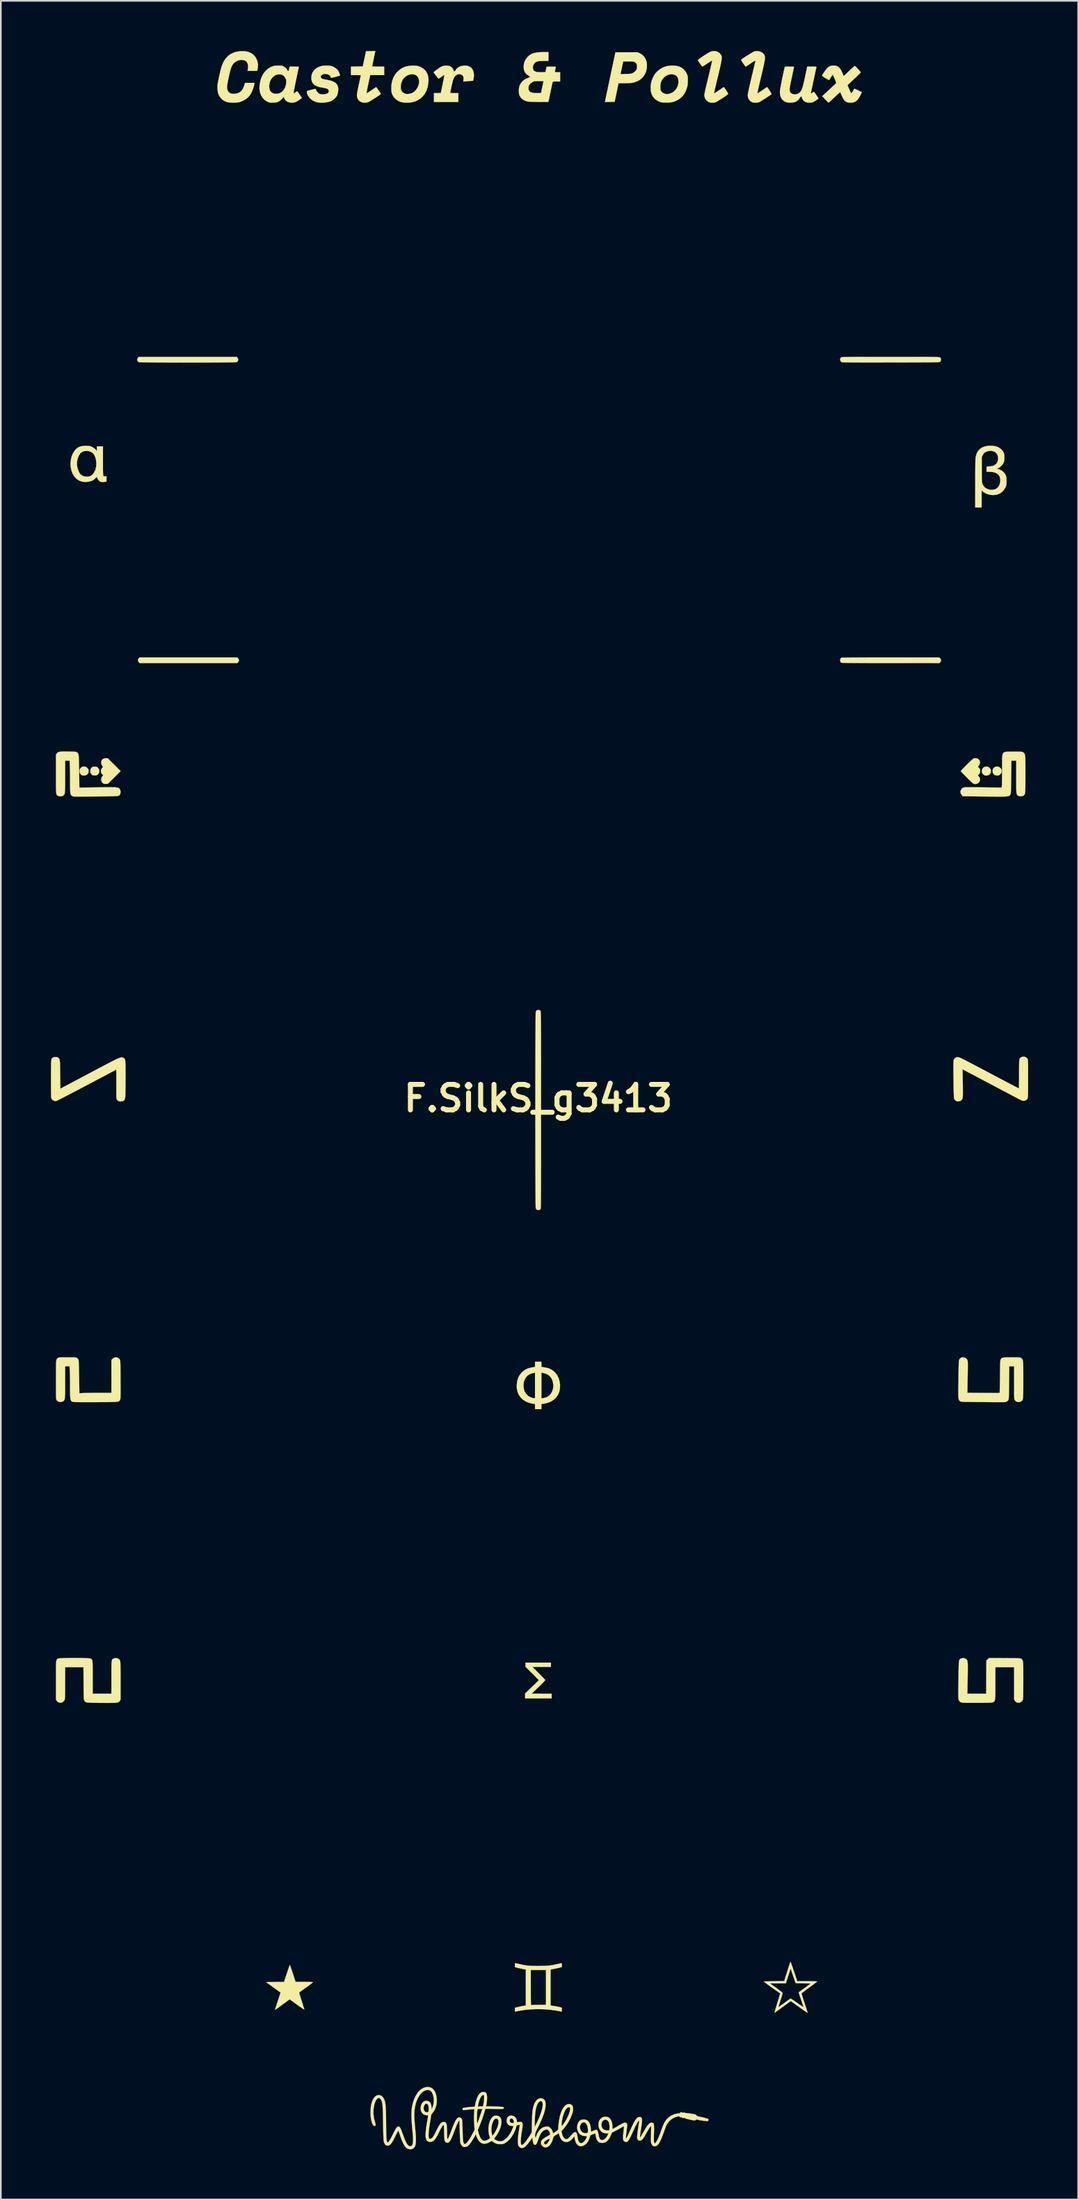
<source format=kicad_pcb>
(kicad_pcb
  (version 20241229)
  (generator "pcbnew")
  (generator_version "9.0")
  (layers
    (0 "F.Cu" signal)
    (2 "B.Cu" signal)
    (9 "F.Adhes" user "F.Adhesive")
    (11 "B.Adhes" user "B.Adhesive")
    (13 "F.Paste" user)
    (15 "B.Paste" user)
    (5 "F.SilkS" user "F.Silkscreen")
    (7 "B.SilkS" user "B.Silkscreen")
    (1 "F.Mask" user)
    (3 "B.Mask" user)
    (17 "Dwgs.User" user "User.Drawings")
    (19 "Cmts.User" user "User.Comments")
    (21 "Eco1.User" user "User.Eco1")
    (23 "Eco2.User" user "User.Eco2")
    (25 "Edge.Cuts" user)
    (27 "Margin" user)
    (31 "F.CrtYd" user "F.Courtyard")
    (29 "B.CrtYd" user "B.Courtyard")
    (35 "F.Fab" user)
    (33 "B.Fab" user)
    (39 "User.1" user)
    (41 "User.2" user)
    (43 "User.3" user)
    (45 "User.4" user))
  (footprint "F.SilkS_g3413"
    (layer "F.Cu")
    (at 29.194 62.702)
    (property "Reference" "F.SilkS_g3413" (at 0 0 0) (layer "F.SilkS") (effects (font (size 1.524 1.524) (thickness 0.3))))
    (attr through_hole)
    (fp_poly (pts (xy -17.98 -26.343) (xy -17.937 -26.275) (xy -17.928 -26.226) (xy -17.948 -26.151) (xy -17.98 -26.108) (xy -18.032 -26.056) (xy -23.878 -26.056) (xy -23.93 -26.108) (xy -23.973 -26.176) (xy -23.982 -26.226) (xy -23.962 -26.3) (xy -23.93 -26.343) (xy -23.878 -26.395) (xy -18.032 -26.395) (xy -17.98 -26.343)) (stroke (width 0.01) (type solid)) (fill yes) (layer "F.SilkS"))
    (fp_poly (pts (xy 26.965 -19.839) (xy 27.038 -19.788) (xy 27.091 -19.717) (xy 27.121 -19.634) (xy 27.123 -19.545) (xy 27.094 -19.458) (xy 27.029 -19.381) (xy 27.028 -19.38) (xy 26.946 -19.336) (xy 26.849 -19.321) (xy 26.752 -19.336) (xy 26.673 -19.379) (xy 26.608 -19.457) (xy 26.577 -19.548) (xy 26.579 -19.642) (xy 26.611 -19.729) (xy 26.671 -19.801) (xy 26.758 -19.849) (xy 26.773 -19.854) (xy 26.875 -19.863) (xy 26.965 -19.839)) (stroke (width 0.01) (type solid)) (fill yes) (layer "F.SilkS"))
    (fp_poly (pts (xy -26.453 -19.839) (xy -26.424 -19.827) (xy -26.361 -19.774) (xy -26.313 -19.695) (xy -26.29 -19.609) (xy -26.289 -19.59) (xy -26.306 -19.501) (xy -26.352 -19.419) (xy -26.414 -19.361) (xy -26.493 -19.334) (xy -26.588 -19.328) (xy -26.68 -19.343) (xy -26.717 -19.358) (xy -26.783 -19.416) (xy -26.823 -19.496) (xy -26.837 -19.588) (xy -26.824 -19.681) (xy -26.786 -19.764) (xy -26.723 -19.827) (xy -26.708 -19.835) (xy -26.633 -19.857) (xy -26.541 -19.858) (xy -26.453 -19.839)) (stroke (width 0.01) (type solid)) (fill yes) (layer "F.SilkS"))
    (fp_poly (pts (xy -27.168 -19.859) (xy -27.084 -19.831) (xy -27.012 -19.78) (xy -26.959 -19.709) (xy -26.932 -19.624) (xy -26.939 -19.527) (xy -26.945 -19.506) (xy -26.994 -19.414) (xy -27.071 -19.354) (xy -27.175 -19.327) (xy -27.213 -19.325) (xy -27.286 -19.328) (xy -27.334 -19.342) (xy -27.378 -19.374) (xy -27.402 -19.397) (xy -27.445 -19.445) (xy -27.466 -19.489) (xy -27.474 -19.547) (xy -27.474 -19.586) (xy -27.47 -19.665) (xy -27.453 -19.72) (xy -27.42 -19.768) (xy -27.343 -19.832) (xy -27.257 -19.861) (xy -27.168 -19.859)) (stroke (width 0.01) (type solid)) (fill yes) (layer "F.SilkS"))
    (fp_poly (pts (xy 27.529 -19.86) (xy 27.614 -19.831) (xy 27.687 -19.78) (xy 27.741 -19.708) (xy 27.768 -19.621) (xy 27.761 -19.523) (xy 27.738 -19.473) (xy 27.695 -19.416) (xy 27.676 -19.396) (xy 27.625 -19.351) (xy 27.576 -19.331) (xy 27.508 -19.326) (xy 27.503 -19.326) (xy 27.428 -19.333) (xy 27.361 -19.35) (xy 27.342 -19.358) (xy 27.277 -19.416) (xy 27.235 -19.498) (xy 27.219 -19.592) (xy 27.231 -19.685) (xy 27.273 -19.766) (xy 27.275 -19.768) (xy 27.352 -19.832) (xy 27.439 -19.861) (xy 27.529 -19.86)) (stroke (width 0.01) (type solid)) (fill yes) (layer "F.SilkS"))
    (fp_poly (pts (xy 0.762 34.036) (xy -0.349 34.036) (xy 0.037 34.422) (xy 0.141 34.528) (xy 0.235 34.623) (xy 0.314 34.705) (xy 0.374 34.77) (xy 0.412 34.813) (xy 0.423 34.829) (xy 0.409 34.848) (xy 0.368 34.893) (xy 0.304 34.959) (xy 0.222 35.042) (xy 0.125 35.139) (xy 0.017 35.245) (xy 0.016 35.245) (xy -0.392 35.642) (xy 0.206 35.644) (xy 0.804 35.645) (xy 0.804 35.92) (xy -0.783 35.92) (xy -0.783 35.627) (xy -0.37 35.229) (xy 0.043 34.831) (xy -0.36 34.428) (xy -0.762 34.025) (xy -0.762 33.782) (xy 0.762 33.782) (xy 0.762 34.036)) (stroke (width 0.01) (type solid)) (fill yes) (layer "F.SilkS"))
    (fp_poly (pts (xy -25.406 -19.976) (xy -25.018 -19.591) (xy -25.777 -18.832) (xy -25.89 -18.823) (xy -25.975 -18.823) (xy -26.038 -18.839) (xy -26.068 -18.856) (xy -26.133 -18.92) (xy -26.171 -19.005) (xy -26.182 -19.101) (xy -26.164 -19.196) (xy -26.116 -19.276) (xy -26.112 -19.28) (xy -26.057 -19.337) (xy -26.119 -19.396) (xy -26.178 -19.477) (xy -26.201 -19.573) (xy -26.19 -19.671) (xy -26.143 -19.761) (xy -26.118 -19.789) (xy -26.081 -19.83) (xy -26.072 -19.855) (xy -26.088 -19.875) (xy -26.09 -19.877) (xy -26.146 -19.949) (xy -26.177 -20.042) (xy -26.179 -20.143) (xy -26.151 -20.236) (xy -26.092 -20.306) (xy -26.002 -20.349) (xy -25.894 -20.362) (xy -25.794 -20.362) (xy -25.406 -19.976)) (stroke (width 0.01) (type solid)) (fill yes) (layer "F.SilkS"))
    (fp_poly (pts (xy 24.074 -26.351) (xy 24.119 -26.292) (xy 24.132 -26.218) (xy 24.113 -26.145) (xy 24.081 -26.102) (xy 24.032 -26.056) (xy 21.112 -26.057) (xy 20.697 -26.057) (xy 20.308 -26.058) (xy 19.946 -26.058) (xy 19.614 -26.059) (xy 19.312 -26.061) (xy 19.042 -26.062) (xy 18.805 -26.064) (xy 18.603 -26.066) (xy 18.437 -26.068) (xy 18.308 -26.07) (xy 18.218 -26.073) (xy 18.168 -26.076) (xy 18.158 -26.077) (xy 18.126 -26.111) (xy 18.098 -26.161) (xy 18.086 -26.235) (xy 18.104 -26.308) (xy 18.146 -26.364) (xy 18.163 -26.374) (xy 18.189 -26.377) (xy 18.257 -26.38) (xy 18.365 -26.383) (xy 18.512 -26.385) (xy 18.697 -26.387) (xy 18.918 -26.389) (xy 19.175 -26.391) (xy 19.467 -26.392) (xy 19.791 -26.393) (xy 20.148 -26.394) (xy 20.535 -26.395) (xy 20.953 -26.395) (xy 21.11 -26.395) (xy 24.018 -26.395) (xy 24.074 -26.351)) (stroke (width 0.01) (type solid)) (fill yes) (layer "F.SilkS"))
    (fp_poly (pts (xy -18.014 -44.331) (xy -17.975 -44.254) (xy -17.974 -44.18) (xy -18.008 -44.117) (xy -18.075 -44.073) (xy -18.079 -44.071) (xy -18.11 -44.068) (xy -18.179 -44.065) (xy -18.285 -44.062) (xy -18.424 -44.059) (xy -18.593 -44.057) (xy -18.789 -44.055) (xy -19.009 -44.053) (xy -19.251 -44.051) (xy -19.511 -44.05) (xy -19.785 -44.049) (xy -20.072 -44.048) (xy -20.369 -44.047) (xy -20.671 -44.047) (xy -20.977 -44.047) (xy -21.283 -44.047) (xy -21.586 -44.048) (xy -21.884 -44.048) (xy -22.173 -44.049) (xy -22.45 -44.05) (xy -22.712 -44.052) (xy -22.957 -44.053) (xy -23.181 -44.055) (xy -23.382 -44.057) (xy -23.556 -44.06) (xy -23.7 -44.062) (xy -23.812 -44.065) (xy -23.888 -44.068) (xy -23.926 -44.071) (xy -23.929 -44.072) (xy -23.992 -44.126) (xy -24.023 -44.195) (xy -24.02 -44.268) (xy -23.981 -44.335) (xy -23.975 -44.34) (xy -23.926 -44.386) (xy -18.058 -44.386) (xy -18.014 -44.331)) (stroke (width 0.01) (type solid)) (fill yes) (layer "F.SilkS"))
    (fp_poly (pts (xy 26.251 -20.359) (xy 26.338 -20.33) (xy 26.372 -20.308) (xy 26.433 -20.231) (xy 26.464 -20.138) (xy 26.462 -20.041) (xy 26.428 -19.95) (xy 26.387 -19.9) (xy 26.337 -19.853) (xy 26.408 -19.781) (xy 26.454 -19.728) (xy 26.475 -19.677) (xy 26.48 -19.612) (xy 26.467 -19.51) (xy 26.432 -19.426) (xy 26.379 -19.371) (xy 26.372 -19.367) (xy 26.347 -19.351) (xy 26.345 -19.333) (xy 26.366 -19.302) (xy 26.392 -19.273) (xy 26.451 -19.183) (xy 26.471 -19.092) (xy 26.454 -18.997) (xy 26.407 -18.916) (xy 26.332 -18.856) (xy 26.242 -18.821) (xy 26.147 -18.816) (xy 26.067 -18.841) (xy 26.038 -18.863) (xy 25.987 -18.909) (xy 25.918 -18.974) (xy 25.836 -19.053) (xy 25.746 -19.141) (xy 25.653 -19.234) (xy 25.562 -19.325) (xy 25.479 -19.41) (xy 25.408 -19.484) (xy 25.354 -19.542) (xy 25.322 -19.579) (xy 25.315 -19.59) (xy 25.33 -19.611) (xy 25.37 -19.656) (xy 25.431 -19.721) (xy 25.507 -19.799) (xy 25.594 -19.887) (xy 25.686 -19.979) (xy 25.779 -20.071) (xy 25.867 -20.156) (xy 25.946 -20.231) (xy 26.01 -20.289) (xy 26.055 -20.328) (xy 26.071 -20.339) (xy 26.156 -20.362) (xy 26.251 -20.359)) (stroke (width 0.01) (type solid)) (fill yes) (layer "F.SilkS"))
    (fp_poly (pts (xy 6.079 -62.565) (xy 6.232 -62.472) (xy 6.353 -62.35) (xy 6.442 -62.203) (xy 6.497 -62.033) (xy 6.514 -61.903) (xy 6.509 -61.684) (xy 6.466 -61.481) (xy 6.387 -61.299) (xy 6.275 -61.139) (xy 6.132 -61.005) (xy 5.96 -60.899) (xy 5.762 -60.824) (xy 5.66 -60.8) (xy 5.559 -60.786) (xy 5.424 -60.776) (xy 5.264 -60.771) (xy 5.156 -60.77) (xy 4.813 -60.77) (xy 4.58 -59.658) (xy 4.289 -59.652) (xy 3.998 -59.646) (xy 4.012 -59.716) (xy 4.018 -59.748) (xy 4.033 -59.818) (xy 4.055 -59.922) (xy 4.083 -60.057) (xy 4.117 -60.219) (xy 4.157 -60.405) (xy 4.2 -60.61) (xy 4.247 -60.832) (xy 4.297 -61.067) (xy 4.326 -61.203) (xy 4.349 -61.315) (xy 4.932 -61.315) (xy 5.255 -61.323) (xy 5.379 -61.327) (xy 5.471 -61.331) (xy 5.536 -61.337) (xy 5.586 -61.347) (xy 5.627 -61.361) (xy 5.669 -61.382) (xy 5.688 -61.392) (xy 5.766 -61.446) (xy 5.835 -61.51) (xy 5.857 -61.538) (xy 5.89 -61.593) (xy 5.908 -61.646) (xy 5.915 -61.715) (xy 5.916 -61.766) (xy 5.914 -61.846) (xy 5.906 -61.898) (xy 5.886 -61.937) (xy 5.853 -61.975) (xy 5.806 -62.017) (xy 5.752 -62.047) (xy 5.683 -62.066) (xy 5.592 -62.076) (xy 5.472 -62.079) (xy 5.366 -62.078) (xy 5.091 -62.071) (xy 5.024 -61.754) (xy 4.999 -61.638) (xy 4.977 -61.533) (xy 4.959 -61.447) (xy 4.947 -61.39) (xy 4.944 -61.376) (xy 4.932 -61.315) (xy 4.349 -61.315) (xy 4.626 -62.622) (xy 5.958 -62.622) (xy 6.079 -62.565)) (stroke (width 0.01) (type solid)) (fill yes) (layer "F.SilkS"))
    (fp_poly (pts (xy -14.87 51.899) (xy -14.849 51.953) (xy -14.819 52.037) (xy -14.782 52.145) (xy -14.739 52.271) (xy -14.701 52.388) (xy -14.535 52.895) (xy -14.021 52.895) (xy -13.878 52.896) (xy -13.749 52.898) (xy -13.641 52.901) (xy -13.559 52.905) (xy -13.509 52.909) (xy -13.496 52.913) (xy -13.51 52.929) (xy -13.553 52.966) (xy -13.622 53.021) (xy -13.712 53.089) (xy -13.819 53.167) (xy -13.899 53.224) (xy -14.015 53.307) (xy -14.119 53.382) (xy -14.206 53.446) (xy -14.272 53.494) (xy -14.311 53.524) (xy -14.32 53.532) (xy -14.316 53.555) (xy -14.301 53.613) (xy -14.276 53.7) (xy -14.242 53.809) (xy -14.202 53.937) (xy -14.17 54.038) (xy -14.126 54.176) (xy -14.087 54.3) (xy -14.055 54.405) (xy -14.032 54.485) (xy -14.019 54.535) (xy -14.017 54.55) (xy -14.035 54.543) (xy -14.082 54.514) (xy -14.155 54.466) (xy -14.247 54.402) (xy -14.355 54.326) (xy -14.457 54.252) (xy -14.89 53.937) (xy -14.996 54.014) (xy -15.051 54.053) (xy -15.131 54.112) (xy -15.227 54.182) (xy -15.33 54.258) (xy -15.378 54.294) (xy -15.512 54.392) (xy -15.615 54.467) (xy -15.69 54.519) (xy -15.738 54.552) (xy -15.764 54.565) (xy -15.769 54.565) (xy -15.762 54.543) (xy -15.745 54.487) (xy -15.717 54.402) (xy -15.682 54.292) (xy -15.641 54.164) (xy -15.602 54.045) (xy -15.436 53.533) (xy -15.871 53.22) (xy -16.306 52.906) (xy -15.767 52.9) (xy -15.228 52.895) (xy -15.06 52.387) (xy -15.014 52.249) (xy -14.971 52.125) (xy -14.935 52.021) (xy -14.906 51.942) (xy -14.887 51.893) (xy -14.88 51.88) (xy -14.87 51.899)) (stroke (width 0.01) (type solid)) (fill yes) (layer "F.SilkS"))
    (fp_poly (pts (xy -7.283 -61.814) (xy -7.163 -61.787) (xy -7.048 -61.742) (xy -7.02 -61.728) (xy -6.863 -61.628) (xy -6.739 -61.503) (xy -6.649 -61.352) (xy -6.593 -61.178) (xy -6.571 -60.98) (xy -6.584 -60.759) (xy -6.628 -60.526) (xy -6.703 -60.308) (xy -6.811 -60.115) (xy -6.949 -59.949) (xy -7.115 -59.812) (xy -7.307 -59.707) (xy -7.516 -59.638) (xy -7.639 -59.617) (xy -7.781 -59.607) (xy -7.929 -59.606) (xy -8.069 -59.616) (xy -8.188 -59.635) (xy -8.241 -59.649) (xy -8.416 -59.729) (xy -8.56 -59.835) (xy -8.673 -59.971) (xy -8.735 -60.082) (xy -8.763 -60.149) (xy -8.782 -60.213) (xy -8.793 -60.288) (xy -8.799 -60.386) (xy -8.801 -60.431) (xy -8.797 -60.557) (xy -8.236 -60.557) (xy -8.232 -60.47) (xy -8.22 -60.39) (xy -8.206 -60.341) (xy -8.155 -60.264) (xy -8.074 -60.193) (xy -7.978 -60.141) (xy -7.969 -60.138) (xy -7.885 -60.122) (xy -7.78 -60.125) (xy -7.667 -60.145) (xy -7.562 -60.179) (xy -7.542 -60.189) (xy -7.423 -60.266) (xy -7.321 -60.369) (xy -7.24 -60.491) (xy -7.18 -60.625) (xy -7.145 -60.764) (xy -7.136 -60.901) (xy -7.157 -61.028) (xy -7.208 -61.14) (xy -7.231 -61.171) (xy -7.309 -61.244) (xy -7.399 -61.287) (xy -7.512 -61.306) (xy -7.556 -61.307) (xy -7.712 -61.288) (xy -7.854 -61.232) (xy -7.98 -61.144) (xy -8.086 -61.028) (xy -8.166 -60.888) (xy -8.218 -60.73) (xy -8.236 -60.557) (xy -8.236 -60.557) (xy -8.797 -60.557) (xy -8.792 -60.684) (xy -8.747 -60.918) (xy -8.666 -61.133) (xy -8.55 -61.325) (xy -8.438 -61.456) (xy -8.279 -61.596) (xy -8.11 -61.7) (xy -7.925 -61.771) (xy -7.718 -61.812) (xy -7.586 -61.822) (xy -7.42 -61.825) (xy -7.283 -61.814)) (stroke (width 0.01) (type solid)) (fill yes) (layer "F.SilkS"))
    (fp_poly (pts (xy 21.518 -44.386) (xy 21.889 -44.386) (xy 22.222 -44.386) (xy 22.518 -44.386) (xy 22.781 -44.386) (xy 23.012 -44.385) (xy 23.214 -44.385) (xy 23.388 -44.384) (xy 23.536 -44.383) (xy 23.661 -44.381) (xy 23.765 -44.38) (xy 23.849 -44.377) (xy 23.916 -44.375) (xy 23.969 -44.372) (xy 24.008 -44.369) (xy 24.037 -44.365) (xy 24.057 -44.361) (xy 24.071 -44.356) (xy 24.08 -44.351) (xy 24.086 -44.345) (xy 24.088 -44.344) (xy 24.122 -44.284) (xy 24.131 -44.21) (xy 24.114 -44.138) (xy 24.085 -44.099) (xy 24.078 -44.093) (xy 24.068 -44.088) (xy 24.053 -44.083) (xy 24.032 -44.079) (xy 24.001 -44.076) (xy 23.959 -44.072) (xy 23.903 -44.069) (xy 23.832 -44.067) (xy 23.744 -44.065) (xy 23.636 -44.063) (xy 23.506 -44.061) (xy 23.352 -44.06) (xy 23.172 -44.059) (xy 22.964 -44.058) (xy 22.726 -44.057) (xy 22.456 -44.056) (xy 22.15 -44.055) (xy 21.809 -44.055) (xy 21.428 -44.054) (xy 21.138 -44.053) (xy 20.713 -44.053) (xy 20.328 -44.052) (xy 19.982 -44.052) (xy 19.673 -44.052) (xy 19.398 -44.052) (xy 19.158 -44.053) (xy 18.948 -44.054) (xy 18.768 -44.055) (xy 18.616 -44.057) (xy 18.491 -44.058) (xy 18.389 -44.061) (xy 18.31 -44.063) (xy 18.251 -44.066) (xy 18.211 -44.069) (xy 18.188 -44.073) (xy 18.183 -44.075) (xy 18.12 -44.127) (xy 18.09 -44.198) (xy 18.093 -44.276) (xy 18.133 -44.348) (xy 18.134 -44.349) (xy 18.141 -44.355) (xy 18.151 -44.359) (xy 18.168 -44.364) (xy 18.194 -44.367) (xy 18.23 -44.371) (xy 18.279 -44.374) (xy 18.343 -44.376) (xy 18.423 -44.378) (xy 18.522 -44.38) (xy 18.643 -44.382) (xy 18.786 -44.383) (xy 18.955 -44.384) (xy 19.151 -44.385) (xy 19.376 -44.385) (xy 19.633 -44.386) (xy 19.924 -44.386) (xy 20.25 -44.386) (xy 20.613 -44.386) (xy 21.017 -44.386) (xy 21.106 -44.386) (xy 21.518 -44.386)) (stroke (width 0.01) (type solid)) (fill yes) (layer "F.SilkS"))
    (fp_poly (pts (xy 8.25 -61.813) (xy 8.438 -61.769) (xy 8.598 -61.693) (xy 8.731 -61.586) (xy 8.84 -61.447) (xy 8.885 -61.366) (xy 8.917 -61.299) (xy 8.94 -61.245) (xy 8.953 -61.195) (xy 8.96 -61.138) (xy 8.963 -61.062) (xy 8.963 -60.955) (xy 8.963 -60.94) (xy 8.961 -60.806) (xy 8.953 -60.7) (xy 8.94 -60.609) (xy 8.918 -60.518) (xy 8.914 -60.506) (xy 8.834 -60.285) (xy 8.726 -60.096) (xy 8.589 -59.936) (xy 8.422 -59.805) (xy 8.221 -59.701) (xy 8.152 -59.673) (xy 8.085 -59.65) (xy 8.019 -59.635) (xy 7.943 -59.624) (xy 7.846 -59.618) (xy 7.726 -59.614) (xy 7.563 -59.613) (xy 7.441 -59.618) (xy 7.356 -59.631) (xy 7.345 -59.634) (xy 7.169 -59.705) (xy 7.018 -59.808) (xy 6.965 -59.856) (xy 6.858 -59.989) (xy 6.785 -60.14) (xy 6.744 -60.313) (xy 6.736 -60.511) (xy 6.738 -60.558) (xy 7.314 -60.558) (xy 7.32 -60.431) (xy 7.342 -60.336) (xy 7.383 -60.264) (xy 7.448 -60.207) (xy 7.467 -60.195) (xy 7.586 -60.137) (xy 7.706 -60.117) (xy 7.837 -60.131) (xy 7.887 -60.145) (xy 8.042 -60.212) (xy 8.173 -60.311) (xy 8.278 -60.439) (xy 8.353 -60.589) (xy 8.395 -60.758) (xy 8.403 -60.874) (xy 8.388 -61.02) (xy 8.341 -61.137) (xy 8.265 -61.225) (xy 8.16 -61.281) (xy 8.027 -61.307) (xy 7.978 -61.308) (xy 7.82 -61.287) (xy 7.674 -61.225) (xy 7.543 -61.124) (xy 7.506 -61.085) (xy 7.41 -60.957) (xy 7.349 -60.818) (xy 7.319 -60.659) (xy 7.314 -60.558) (xy 6.738 -60.558) (xy 6.74 -60.576) (xy 6.753 -60.718) (xy 6.774 -60.835) (xy 6.806 -60.945) (xy 6.855 -61.064) (xy 6.89 -61.141) (xy 6.944 -61.246) (xy 6.997 -61.329) (xy 7.062 -61.405) (xy 7.137 -61.48) (xy 7.311 -61.621) (xy 7.496 -61.725) (xy 7.697 -61.791) (xy 7.919 -61.824) (xy 8.034 -61.828) (xy 8.25 -61.813)) (stroke (width 0.01) (type solid)) (fill yes) (layer "F.SilkS"))
    (fp_poly (pts (xy -9.768 -62.649) (xy -9.779 -62.596) (xy -9.797 -62.516) (xy -9.818 -62.416) (xy -9.842 -62.303) (xy -9.866 -62.186) (xy -9.89 -62.07) (xy -9.912 -61.964) (xy -9.93 -61.876) (xy -9.942 -61.813) (xy -9.948 -61.782) (xy -9.948 -61.78) (xy -9.928 -61.775) (xy -9.873 -61.771) (xy -9.789 -61.767) (xy -9.683 -61.765) (xy -9.588 -61.764) (xy -9.229 -61.764) (xy -9.229 -61.256) (xy -9.647 -61.256) (xy -10.065 -61.256) (xy -10.179 -60.731) (xy -10.21 -60.586) (xy -10.236 -60.455) (xy -10.258 -60.343) (xy -10.274 -60.256) (xy -10.283 -60.199) (xy -10.284 -60.179) (xy -10.264 -60.181) (xy -10.214 -60.206) (xy -10.138 -60.251) (xy -10.039 -60.316) (xy -9.996 -60.345) (xy -9.9 -60.41) (xy -9.818 -60.465) (xy -9.754 -60.507) (xy -9.716 -60.532) (xy -9.707 -60.537) (xy -9.691 -60.521) (xy -9.659 -60.478) (xy -9.615 -60.417) (xy -9.566 -60.346) (xy -9.516 -60.273) (xy -9.472 -60.207) (xy -9.439 -60.155) (xy -9.423 -60.127) (xy -9.423 -60.125) (xy -9.465 -60.093) (xy -9.533 -60.045) (xy -9.621 -59.985) (xy -9.721 -59.919) (xy -9.827 -59.851) (xy -9.931 -59.785) (xy -10.026 -59.726) (xy -10.105 -59.678) (xy -10.161 -59.647) (xy -10.182 -59.637) (xy -10.277 -59.615) (xy -10.389 -59.607) (xy -10.499 -59.613) (xy -10.59 -59.633) (xy -10.604 -59.639) (xy -10.717 -59.709) (xy -10.799 -59.807) (xy -10.848 -59.929) (xy -10.862 -60.046) (xy -10.857 -60.107) (xy -10.844 -60.203) (xy -10.821 -60.33) (xy -10.791 -60.481) (xy -10.755 -60.652) (xy -10.744 -60.702) (xy -10.712 -60.846) (xy -10.684 -60.977) (xy -10.66 -61.088) (xy -10.641 -61.173) (xy -10.629 -61.228) (xy -10.626 -61.247) (xy -10.646 -61.25) (xy -10.7 -61.253) (xy -10.782 -61.255) (xy -10.884 -61.256) (xy -10.922 -61.256) (xy -11.218 -61.256) (xy -11.218 -61.763) (xy -10.864 -61.769) (xy -10.51 -61.775) (xy -10.317 -62.685) (xy -9.757 -62.697) (xy -9.768 -62.649)) (stroke (width 0.01) (type solid)) (fill yes) (layer "F.SilkS"))
    (fp_poly (pts (xy -4.236 -61.811) (xy -4.103 -61.76) (xy -3.996 -61.677) (xy -3.917 -61.565) (xy -3.869 -61.424) (xy -3.852 -61.257) (xy -3.852 -61.255) (xy -3.857 -61.163) (xy -3.869 -61.067) (xy -3.877 -61.027) (xy -3.901 -60.921) (xy -4.02 -60.909) (xy -4.101 -60.902) (xy -4.203 -60.893) (xy -4.305 -60.885) (xy -4.313 -60.884) (xy -4.488 -60.871) (xy -4.474 -60.989) (xy -4.473 -61.109) (xy -4.501 -61.199) (xy -4.561 -61.263) (xy -4.653 -61.303) (xy -4.671 -61.308) (xy -4.779 -61.311) (xy -4.879 -61.276) (xy -4.969 -61.205) (xy -5.044 -61.102) (xy -5.099 -60.97) (xy -5.1 -60.966) (xy -5.117 -60.905) (xy -5.138 -60.819) (xy -5.163 -60.714) (xy -5.189 -60.601) (xy -5.214 -60.487) (xy -5.237 -60.381) (xy -5.255 -60.291) (xy -5.267 -60.227) (xy -5.271 -60.197) (xy -5.25 -60.189) (xy -5.195 -60.182) (xy -5.11 -60.178) (xy -5.027 -60.177) (xy -4.784 -60.177) (xy -4.784 -59.648) (xy -6.244 -59.648) (xy -6.244 -60.175) (xy -6.039 -60.181) (xy -5.835 -60.187) (xy -5.723 -60.717) (xy -5.694 -60.861) (xy -5.668 -60.991) (xy -5.648 -61.102) (xy -5.633 -61.187) (xy -5.626 -61.242) (xy -5.627 -61.261) (xy -5.649 -61.255) (xy -5.695 -61.229) (xy -5.759 -61.186) (xy -5.793 -61.16) (xy -5.863 -61.109) (xy -5.922 -61.069) (xy -5.959 -61.047) (xy -5.968 -61.045) (xy -5.987 -61.06) (xy -6.024 -61.102) (xy -6.074 -61.161) (xy -6.128 -61.229) (xy -6.181 -61.298) (xy -6.226 -61.359) (xy -6.256 -61.404) (xy -6.265 -61.424) (xy -6.249 -61.443) (xy -6.205 -61.48) (xy -6.142 -61.53) (xy -6.066 -61.586) (xy -5.986 -61.643) (xy -5.909 -61.697) (xy -5.842 -61.74) (xy -5.797 -61.766) (xy -5.688 -61.805) (xy -5.562 -61.825) (xy -5.434 -61.824) (xy -5.321 -61.802) (xy -5.282 -61.786) (xy -5.183 -61.72) (xy -5.108 -61.634) (xy -5.068 -61.539) (xy -5.067 -61.535) (xy -5.046 -61.483) (xy -5.016 -61.471) (xy -4.982 -61.501) (xy -4.966 -61.526) (xy -4.883 -61.641) (xy -4.77 -61.731) (xy -4.631 -61.793) (xy -4.472 -61.824) (xy -4.395 -61.828) (xy -4.236 -61.811)) (stroke (width 0.01) (type solid)) (fill yes) (layer "F.SilkS"))
    (fp_poly (pts (xy -26.999 -39.062) (xy -26.924 -39.058) (xy -26.867 -39.049) (xy -26.815 -39.033) (xy -26.756 -39.007) (xy -26.73 -38.994) (xy -26.647 -38.946) (xy -26.567 -38.889) (xy -26.514 -38.841) (xy -26.437 -38.756) (xy -26.437 -39.031) (xy -26.077 -39.031) (xy -26.077 -38.156) (xy -26.077 -37.932) (xy -26.077 -37.747) (xy -26.076 -37.598) (xy -26.073 -37.48) (xy -26.069 -37.39) (xy -26.062 -37.324) (xy -26.052 -37.279) (xy -26.038 -37.251) (xy -26.021 -37.236) (xy -25.998 -37.231) (xy -25.971 -37.232) (xy -25.94 -37.236) (xy -25.866 -37.245) (xy -25.866 -36.918) (xy -26.003 -36.903) (xy -26.083 -36.898) (xy -26.154 -36.898) (xy -26.193 -36.902) (xy -26.266 -36.937) (xy -26.337 -37) (xy -26.392 -37.075) (xy -26.412 -37.121) (xy -26.437 -37.203) (xy -26.544 -37.102) (xy -26.643 -37.024) (xy -26.749 -36.965) (xy -26.772 -36.956) (xy -26.891 -36.924) (xy -27.031 -36.905) (xy -27.174 -36.901) (xy -27.301 -36.914) (xy -27.337 -36.921) (xy -27.508 -36.985) (xy -27.655 -37.081) (xy -27.78 -37.212) (xy -27.884 -37.379) (xy -27.901 -37.414) (xy -27.972 -37.607) (xy -28.012 -37.812) (xy -28.021 -38.022) (xy -28.016 -38.07) (xy -27.634 -38.07) (xy -27.629 -37.877) (xy -27.625 -37.849) (xy -27.599 -37.731) (xy -27.558 -37.608) (xy -27.509 -37.493) (xy -27.456 -37.4) (xy -27.425 -37.362) (xy -27.331 -37.288) (xy -27.213 -37.238) (xy -27.083 -37.214) (xy -26.951 -37.218) (xy -26.832 -37.252) (xy -26.823 -37.256) (xy -26.721 -37.327) (xy -26.63 -37.431) (xy -26.556 -37.562) (xy -26.517 -37.663) (xy -26.481 -37.831) (xy -26.472 -38.01) (xy -26.488 -38.189) (xy -26.528 -38.357) (xy -26.59 -38.504) (xy -26.629 -38.563) (xy -26.715 -38.651) (xy -26.825 -38.713) (xy -26.949 -38.749) (xy -27.079 -38.759) (xy -27.206 -38.743) (xy -27.321 -38.7) (xy -27.416 -38.63) (xy -27.443 -38.599) (xy -27.538 -38.44) (xy -27.603 -38.261) (xy -27.634 -38.07) (xy -28.016 -38.07) (xy -28 -38.23) (xy -27.951 -38.43) (xy -27.875 -38.614) (xy -27.773 -38.775) (xy -27.678 -38.879) (xy -27.576 -38.958) (xy -27.463 -39.012) (xy -27.33 -39.046) (xy -27.17 -39.061) (xy -27.103 -39.062) (xy -26.999 -39.062)) (stroke (width 0.01) (type solid)) (fill yes) (layer "F.SilkS"))
    (fp_poly (pts (xy 0.191 16.076) (xy 0.398 16.11) (xy 0.595 16.154) (xy 0.762 16.221) (xy 0.905 16.313) (xy 1.002 16.403) (xy 1.132 16.568) (xy 1.225 16.754) (xy 1.279 16.939) (xy 1.309 17.169) (xy 1.301 17.384) (xy 1.257 17.583) (xy 1.177 17.762) (xy 1.063 17.92) (xy 0.915 18.054) (xy 0.772 18.144) (xy 0.67 18.189) (xy 0.548 18.23) (xy 0.423 18.263) (xy 0.31 18.283) (xy 0.244 18.288) (xy 0.217 18.29) (xy 0.201 18.301) (xy 0.193 18.332) (xy 0.191 18.389) (xy 0.191 18.447) (xy 0.191 18.605) (xy -0.191 18.605) (xy -0.191 18.447) (xy -0.191 18.366) (xy -0.195 18.319) (xy -0.205 18.296) (xy -0.225 18.289) (xy -0.245 18.288) (xy -0.335 18.279) (xy -0.449 18.254) (xy -0.57 18.217) (xy -0.686 18.174) (xy -0.751 18.143) (xy -0.923 18.031) (xy -1 17.955) (xy 0.191 17.955) (xy 0.308 17.943) (xy 0.397 17.927) (xy 0.488 17.898) (xy 0.523 17.884) (xy 0.655 17.797) (xy 0.761 17.68) (xy 0.84 17.538) (xy 0.89 17.376) (xy 0.906 17.199) (xy 0.901 17.107) (xy 0.865 16.922) (xy 0.797 16.765) (xy 0.698 16.636) (xy 0.569 16.536) (xy 0.41 16.467) (xy 0.28 16.437) (xy 0.191 16.422) (xy 0.191 17.955) (xy -1 17.955) (xy -1.064 17.892) (xy -1.172 17.728) (xy -1.246 17.544) (xy -1.283 17.341) (xy -1.283 17.225) (xy -0.881 17.225) (xy -0.865 17.365) (xy -0.834 17.494) (xy -0.802 17.573) (xy -0.716 17.703) (xy -0.606 17.81) (xy -0.479 17.89) (xy -0.344 17.937) (xy -0.259 17.948) (xy -0.191 17.949) (xy -0.191 16.423) (xy -0.27 16.438) (xy -0.449 16.488) (xy -0.597 16.567) (xy -0.715 16.676) (xy -0.802 16.814) (xy -0.859 16.981) (xy -0.878 17.094) (xy -0.881 17.225) (xy -1.283 17.225) (xy -1.283 17.126) (xy -1.257 16.93) (xy -1.212 16.765) (xy -1.145 16.62) (xy -1.052 16.488) (xy -0.974 16.403) (xy -0.85 16.293) (xy -0.72 16.212) (xy -0.573 16.154) (xy -0.397 16.113) (xy -0.386 16.111) (xy -0.191 16.077) (xy -0.191 15.769) (xy 0.191 15.769) (xy 0.191 16.076)) (stroke (width 0.01) (type solid)) (fill yes) (layer "F.SilkS"))
    (fp_poly (pts (xy -17.594 -62.688) (xy -17.415 -62.66) (xy -17.258 -62.603) (xy -17.116 -62.515) (xy -17.04 -62.451) (xy -16.935 -62.326) (xy -16.855 -62.174) (xy -16.809 -62.023) (xy -16.792 -61.924) (xy -16.787 -61.837) (xy -16.794 -61.742) (xy -16.809 -61.644) (xy -16.832 -61.51) (xy -17.416 -61.51) (xy -17.397 -61.59) (xy -17.379 -61.73) (xy -17.387 -61.862) (xy -17.421 -61.977) (xy -17.479 -62.066) (xy -17.497 -62.084) (xy -17.58 -62.131) (xy -17.694 -62.159) (xy -17.801 -62.166) (xy -17.924 -62.149) (xy -18.051 -62.102) (xy -18.167 -62.033) (xy -18.246 -61.959) (xy -18.29 -61.902) (xy -18.329 -61.842) (xy -18.364 -61.773) (xy -18.397 -61.691) (xy -18.43 -61.591) (xy -18.463 -61.47) (xy -18.499 -61.321) (xy -18.539 -61.141) (xy -18.584 -60.925) (xy -18.596 -60.865) (xy -18.626 -60.701) (xy -18.64 -60.569) (xy -18.639 -60.464) (xy -18.622 -60.377) (xy -18.589 -60.304) (xy -18.577 -60.284) (xy -18.514 -60.211) (xy -18.434 -60.165) (xy -18.33 -60.14) (xy -18.221 -60.135) (xy -18.057 -60.153) (xy -17.916 -60.206) (xy -17.798 -60.295) (xy -17.703 -60.419) (xy -17.63 -60.58) (xy -17.618 -60.614) (xy -17.563 -60.791) (xy -16.992 -60.791) (xy -17.007 -60.711) (xy -17.031 -60.61) (xy -17.069 -60.489) (xy -17.114 -60.363) (xy -17.163 -60.246) (xy -17.209 -60.152) (xy -17.219 -60.135) (xy -17.276 -60.052) (xy -17.346 -59.965) (xy -17.393 -59.915) (xy -17.486 -59.839) (xy -17.607 -59.764) (xy -17.741 -59.697) (xy -17.872 -59.647) (xy -17.945 -59.628) (xy -18.051 -59.614) (xy -18.179 -59.607) (xy -18.317 -59.607) (xy -18.451 -59.614) (xy -18.568 -59.627) (xy -18.651 -59.646) (xy -18.785 -59.698) (xy -18.894 -59.766) (xy -18.996 -59.861) (xy -19.016 -59.883) (xy -19.098 -59.989) (xy -19.155 -60.102) (xy -19.192 -60.234) (xy -19.211 -60.393) (xy -19.214 -60.452) (xy -19.216 -60.53) (xy -19.215 -60.599) (xy -19.211 -60.668) (xy -19.201 -60.745) (xy -19.185 -60.837) (xy -19.162 -60.953) (xy -19.131 -61.101) (xy -19.125 -61.129) (xy -19.076 -61.353) (xy -19.032 -61.54) (xy -18.99 -61.696) (xy -18.948 -61.828) (xy -18.904 -61.94) (xy -18.857 -62.038) (xy -18.804 -62.129) (xy -18.744 -62.217) (xy -18.726 -62.241) (xy -18.588 -62.394) (xy -18.43 -62.514) (xy -18.25 -62.603) (xy -18.043 -62.66) (xy -17.807 -62.689) (xy -17.801 -62.689) (xy -17.594 -62.688)) (stroke (width 0.01) (type solid)) (fill yes) (layer "F.SilkS"))
    (fp_poly (pts (xy 13.224 -62.683) (xy 13.35 -62.643) (xy 13.454 -62.576) (xy 13.518 -62.504) (xy 13.542 -62.465) (xy 13.562 -62.428) (xy 13.575 -62.387) (xy 13.583 -62.339) (xy 13.585 -62.281) (xy 13.579 -62.209) (xy 13.567 -62.119) (xy 13.547 -62.008) (xy 13.518 -61.872) (xy 13.482 -61.708) (xy 13.436 -61.511) (xy 13.38 -61.278) (xy 13.356 -61.174) (xy 13.308 -60.975) (xy 13.265 -60.789) (xy 13.226 -60.62) (xy 13.192 -60.471) (xy 13.164 -60.347) (xy 13.144 -60.252) (xy 13.132 -60.19) (xy 13.129 -60.164) (xy 13.129 -60.164) (xy 13.15 -60.171) (xy 13.199 -60.199) (xy 13.27 -60.244) (xy 13.358 -60.302) (xy 13.419 -60.344) (xy 13.514 -60.41) (xy 13.597 -60.465) (xy 13.662 -60.507) (xy 13.702 -60.532) (xy 13.712 -60.536) (xy 13.731 -60.519) (xy 13.766 -60.475) (xy 13.809 -60.412) (xy 13.857 -60.338) (xy 13.903 -60.263) (xy 13.942 -60.196) (xy 13.969 -60.143) (xy 13.978 -60.116) (xy 13.977 -60.114) (xy 13.941 -60.086) (xy 13.878 -60.042) (xy 13.794 -59.985) (xy 13.696 -59.921) (xy 13.592 -59.854) (xy 13.489 -59.788) (xy 13.393 -59.729) (xy 13.313 -59.68) (xy 13.255 -59.647) (xy 13.229 -59.634) (xy 13.159 -59.618) (xy 13.067 -59.61) (xy 12.969 -59.609) (xy 12.883 -59.616) (xy 12.828 -59.629) (xy 12.712 -59.696) (xy 12.625 -59.792) (xy 12.571 -59.912) (xy 12.552 -60.048) (xy 12.558 -60.101) (xy 12.573 -60.193) (xy 12.6 -60.324) (xy 12.636 -60.492) (xy 12.682 -60.695) (xy 12.737 -60.933) (xy 12.785 -61.134) (xy 12.832 -61.33) (xy 12.875 -61.513) (xy 12.915 -61.68) (xy 12.949 -61.825) (xy 12.978 -61.945) (xy 12.999 -62.036) (xy 13.013 -62.094) (xy 13.018 -62.115) (xy 13.009 -62.124) (xy 12.981 -62.116) (xy 12.93 -62.089) (xy 12.853 -62.04) (xy 12.746 -61.968) (xy 12.711 -61.944) (xy 12.618 -61.881) (xy 12.537 -61.828) (xy 12.475 -61.788) (xy 12.437 -61.767) (xy 12.43 -61.764) (xy 12.412 -61.781) (xy 12.378 -61.823) (xy 12.333 -61.885) (xy 12.283 -61.956) (xy 12.235 -62.029) (xy 12.193 -62.095) (xy 12.163 -62.145) (xy 12.151 -62.172) (xy 12.152 -62.174) (xy 12.199 -62.21) (xy 12.272 -62.261) (xy 12.363 -62.322) (xy 12.467 -62.389) (xy 12.575 -62.457) (xy 12.681 -62.523) (xy 12.778 -62.582) (xy 12.859 -62.63) (xy 12.917 -62.661) (xy 12.943 -62.673) (xy 13.086 -62.694) (xy 13.224 -62.683)) (stroke (width 0.01) (type solid)) (fill yes) (layer "F.SilkS"))
    (fp_poly (pts (xy -1.354 51.778) (xy -1.295 51.791) (xy -1.211 51.809) (xy -1.111 51.832) (xy -1.089 51.837) (xy -0.924 51.872) (xy -0.769 51.9) (xy -0.616 51.919) (xy -0.455 51.932) (xy -0.278 51.939) (xy -0.076 51.941) (xy 0.159 51.937) (xy 0.166 51.937) (xy 0.334 51.933) (xy 0.468 51.929) (xy 0.577 51.923) (xy 0.669 51.916) (xy 0.752 51.906) (xy 0.834 51.892) (xy 0.925 51.874) (xy 0.995 51.86) (xy 1.108 51.835) (xy 1.211 51.813) (xy 1.294 51.795) (xy 1.349 51.783) (xy 1.36 51.781) (xy 1.393 51.776) (xy 1.41 51.784) (xy 1.417 51.816) (xy 1.418 51.88) (xy 1.418 51.886) (xy 1.418 52.003) (xy 1.307 52.035) (xy 1.231 52.055) (xy 1.131 52.078) (xy 1.002 52.105) (xy 0.838 52.137) (xy 0.788 52.146) (xy 0.741 52.155) (xy 0.741 54.305) (xy 0.975 54.343) (xy 1.082 54.361) (xy 1.186 54.381) (xy 1.272 54.4) (xy 1.313 54.411) (xy 1.418 54.442) (xy 1.418 54.56) (xy 1.417 54.627) (xy 1.411 54.661) (xy 1.395 54.67) (xy 1.366 54.665) (xy 1.324 54.656) (xy 1.252 54.642) (xy 1.159 54.626) (xy 1.075 54.611) (xy 0.702 54.561) (xy 0.314 54.532) (xy -0.08 54.525) (xy -0.468 54.54) (xy -0.841 54.576) (xy -1.182 54.633) (xy -1.268 54.65) (xy -1.337 54.664) (xy -1.38 54.672) (xy -1.389 54.673) (xy -1.393 54.654) (xy -1.396 54.605) (xy -1.397 54.559) (xy -1.397 54.444) (xy -1.169 54.39) (xy -1.064 54.366) (xy -0.963 54.344) (xy -0.88 54.328) (xy -0.841 54.322) (xy -0.741 54.308) (xy -0.741 52.183) (xy -0.445 52.183) (xy -0.445 53.24) (xy -0.444 53.48) (xy -0.444 53.681) (xy -0.443 53.846) (xy -0.442 53.979) (xy -0.44 54.082) (xy -0.438 54.161) (xy -0.434 54.216) (xy -0.43 54.253) (xy -0.425 54.275) (xy -0.419 54.284) (xy -0.411 54.284) (xy -0.411 54.284) (xy -0.38 54.28) (xy -0.314 54.277) (xy -0.22 54.274) (xy -0.104 54.272) (xy 0.025 54.271) (xy 0.044 54.271) (xy 0.466 54.271) (xy 0.466 52.183) (xy -0.445 52.183) (xy -0.741 52.183) (xy -0.741 52.155) (xy -0.788 52.146) (xy -0.981 52.109) (xy -1.132 52.076) (xy -1.246 52.049) (xy -1.29 52.037) (xy -1.397 52.005) (xy -1.397 51.889) (xy -1.394 51.826) (xy -1.387 51.784) (xy -1.38 51.774) (xy -1.354 51.778)) (stroke (width 0.01) (type solid)) (fill yes) (layer "F.SilkS"))
    (fp_poly (pts (xy 0.063 -5.284) (xy 0.124 -5.252) (xy 0.127 -5.249) (xy 0.131 -5.245) (xy 0.135 -5.239) (xy 0.139 -5.23) (xy 0.142 -5.217) (xy 0.145 -5.198) (xy 0.148 -5.172) (xy 0.151 -5.137) (xy 0.153 -5.092) (xy 0.155 -5.035) (xy 0.157 -4.965) (xy 0.159 -4.88) (xy 0.161 -4.779) (xy 0.162 -4.661) (xy 0.164 -4.524) (xy 0.165 -4.366) (xy 0.166 -4.186) (xy 0.166 -3.982) (xy 0.167 -3.754) (xy 0.168 -3.499) (xy 0.168 -3.216) (xy 0.168 -2.904) (xy 0.169 -2.561) (xy 0.169 -2.186) (xy 0.169 -1.777) (xy 0.169 -1.333) (xy 0.169 -0.852) (xy 0.169 -0.332) (xy 0.169 0.227) (xy 0.169 0.699) (xy 0.169 1.29) (xy 0.169 1.841) (xy 0.169 2.352) (xy 0.169 2.825) (xy 0.169 3.262) (xy 0.169 3.664) (xy 0.169 4.032) (xy 0.168 4.369) (xy 0.168 4.675) (xy 0.168 4.951) (xy 0.167 5.201) (xy 0.166 5.424) (xy 0.165 5.622) (xy 0.164 5.797) (xy 0.163 5.951) (xy 0.162 6.084) (xy 0.161 6.199) (xy 0.159 6.296) (xy 0.157 6.377) (xy 0.155 6.445) (xy 0.153 6.499) (xy 0.15 6.542) (xy 0.148 6.575) (xy 0.145 6.599) (xy 0.142 6.617) (xy 0.138 6.629) (xy 0.134 6.637) (xy 0.13 6.643) (xy 0.127 6.646) (xy 0.069 6.679) (xy -0.004 6.688) (xy -0.072 6.673) (xy -0.09 6.662) (xy -0.123 6.623) (xy -0.147 6.576) (xy -0.15 6.549) (xy -0.152 6.481) (xy -0.154 6.376) (xy -0.156 6.234) (xy -0.158 6.059) (xy -0.159 5.851) (xy -0.161 5.614) (xy -0.162 5.349) (xy -0.164 5.059) (xy -0.165 4.745) (xy -0.166 4.409) (xy -0.167 4.055) (xy -0.168 3.683) (xy -0.169 3.297) (xy -0.169 2.897) (xy -0.17 2.486) (xy -0.17 2.067) (xy -0.171 1.641) (xy -0.171 1.21) (xy -0.171 0.777) (xy -0.171 0.344) (xy -0.17 -0.088) (xy -0.17 -0.516) (xy -0.17 -0.938) (xy -0.169 -1.352) (xy -0.168 -1.756) (xy -0.168 -2.148) (xy -0.167 -2.526) (xy -0.166 -2.887) (xy -0.165 -3.23) (xy -0.163 -3.552) (xy -0.162 -3.851) (xy -0.16 -4.126) (xy -0.159 -4.373) (xy -0.157 -4.592) (xy -0.155 -4.78) (xy -0.153 -4.934) (xy -0.151 -5.054) (xy -0.149 -5.135) (xy -0.147 -5.178) (xy -0.146 -5.183) (xy -0.118 -5.236) (xy -0.085 -5.271) (xy -0.084 -5.271) (xy -0.012 -5.291) (xy 0.063 -5.284)) (stroke (width 0.01) (type solid)) (fill yes) (layer "F.SilkS"))
    (fp_poly (pts (xy -12.601 -61.825) (xy -12.47 -61.813) (xy -12.381 -61.795) (xy -12.261 -61.747) (xy -12.144 -61.677) (xy -12.045 -61.595) (xy -11.992 -61.532) (xy -11.958 -61.473) (xy -11.923 -61.397) (xy -11.894 -61.319) (xy -11.877 -61.256) (xy -11.874 -61.234) (xy -11.894 -61.225) (xy -11.944 -61.208) (xy -12.018 -61.187) (xy -12.105 -61.163) (xy -12.195 -61.139) (xy -12.281 -61.117) (xy -12.351 -61.101) (xy -12.398 -61.092) (xy -12.412 -61.091) (xy -12.422 -61.113) (xy -12.443 -61.159) (xy -12.452 -61.178) (xy -12.508 -61.253) (xy -12.594 -61.301) (xy -12.712 -61.323) (xy -12.752 -61.324) (xy -12.855 -61.314) (xy -12.937 -61.284) (xy -12.995 -61.24) (xy -13.027 -61.188) (xy -13.029 -61.133) (xy -12.997 -61.08) (xy -12.929 -61.036) (xy -12.923 -61.033) (xy -12.873 -61.018) (xy -12.793 -60.999) (xy -12.697 -60.98) (xy -12.634 -60.97) (xy -12.432 -60.927) (xy -12.269 -60.866) (xy -12.142 -60.788) (xy -12.052 -60.692) (xy -12.002 -60.59) (xy -11.983 -60.494) (xy -11.981 -60.374) (xy -11.992 -60.248) (xy -12.015 -60.13) (xy -12.049 -60.038) (xy -12.122 -59.929) (xy -12.222 -59.824) (xy -12.334 -59.739) (xy -12.38 -59.713) (xy -12.504 -59.665) (xy -12.657 -59.63) (xy -12.825 -59.609) (xy -12.995 -59.604) (xy -13.156 -59.614) (xy -13.294 -59.641) (xy -13.321 -59.649) (xy -13.461 -59.708) (xy -13.576 -59.782) (xy -13.684 -59.883) (xy -13.7 -59.9) (xy -13.768 -59.99) (xy -13.82 -60.087) (xy -13.853 -60.181) (xy -13.861 -60.26) (xy -13.86 -60.265) (xy -13.853 -60.287) (xy -13.832 -60.305) (xy -13.79 -60.323) (xy -13.722 -60.344) (xy -13.621 -60.371) (xy -13.504 -60.4) (xy -13.423 -60.418) (xy -13.369 -60.426) (xy -13.336 -60.423) (xy -13.319 -60.408) (xy -13.31 -60.382) (xy -13.305 -60.361) (xy -13.276 -60.293) (xy -13.219 -60.222) (xy -13.144 -60.159) (xy -13.102 -60.133) (xy -13.037 -60.113) (xy -12.946 -60.105) (xy -12.844 -60.107) (xy -12.746 -60.119) (xy -12.668 -60.141) (xy -12.662 -60.143) (xy -12.586 -60.194) (xy -12.546 -60.258) (xy -12.544 -60.326) (xy -12.579 -60.391) (xy -12.636 -60.438) (xy -12.681 -60.455) (xy -12.757 -60.474) (xy -12.851 -60.493) (xy -12.923 -60.505) (xy -13.122 -60.543) (xy -13.284 -60.598) (xy -13.409 -60.671) (xy -13.5 -60.764) (xy -13.56 -60.878) (xy -13.589 -61.016) (xy -13.593 -61.101) (xy -13.573 -61.272) (xy -13.515 -61.424) (xy -13.423 -61.556) (xy -13.297 -61.665) (xy -13.139 -61.749) (xy -13.003 -61.794) (xy -12.884 -61.816) (xy -12.745 -61.826) (xy -12.601 -61.825)) (stroke (width 0.01) (type solid)) (fill yes) (layer "F.SilkS"))
    (fp_poly (pts (xy 10.637 -62.686) (xy 10.765 -62.643) (xy 10.872 -62.568) (xy 10.954 -62.462) (xy 10.959 -62.452) (xy 10.976 -62.415) (xy 10.988 -62.374) (xy 10.993 -62.324) (xy 10.993 -62.263) (xy 10.986 -62.186) (xy 10.972 -62.09) (xy 10.95 -61.971) (xy 10.919 -61.826) (xy 10.88 -61.651) (xy 10.831 -61.443) (xy 10.773 -61.197) (xy 10.769 -61.182) (xy 10.713 -60.951) (xy 10.667 -60.758) (xy 10.629 -60.599) (xy 10.598 -60.471) (xy 10.575 -60.372) (xy 10.558 -60.296) (xy 10.547 -60.242) (xy 10.541 -60.205) (xy 10.539 -60.183) (xy 10.541 -60.172) (xy 10.545 -60.169) (xy 10.552 -60.17) (xy 10.56 -60.172) (xy 10.587 -60.186) (xy 10.642 -60.22) (xy 10.717 -60.269) (xy 10.807 -60.329) (xy 10.849 -60.358) (xy 10.94 -60.42) (xy 11.02 -60.473) (xy 11.08 -60.513) (xy 11.115 -60.534) (xy 11.12 -60.537) (xy 11.139 -60.52) (xy 11.174 -60.475) (xy 11.217 -60.412) (xy 11.265 -60.339) (xy 11.311 -60.265) (xy 11.35 -60.199) (xy 11.375 -60.15) (xy 11.381 -60.128) (xy 11.36 -60.107) (xy 11.31 -60.068) (xy 11.237 -60.015) (xy 11.147 -59.953) (xy 11.048 -59.887) (xy 10.946 -59.82) (xy 10.847 -59.756) (xy 10.758 -59.701) (xy 10.686 -59.659) (xy 10.638 -59.633) (xy 10.628 -59.629) (xy 10.538 -59.611) (xy 10.431 -59.606) (xy 10.324 -59.614) (xy 10.233 -59.634) (xy 10.2 -59.647) (xy 10.09 -59.729) (xy 10.01 -59.838) (xy 9.968 -59.952) (xy 9.963 -59.977) (xy 9.958 -60.001) (xy 9.956 -60.025) (xy 9.956 -60.055) (xy 9.959 -60.092) (xy 9.966 -60.141) (xy 9.977 -60.203) (xy 9.993 -60.283) (xy 10.016 -60.383) (xy 10.044 -60.508) (xy 10.08 -60.659) (xy 10.123 -60.841) (xy 10.175 -61.056) (xy 10.235 -61.307) (xy 10.264 -61.426) (xy 10.303 -61.59) (xy 10.338 -61.741) (xy 10.369 -61.874) (xy 10.393 -61.985) (xy 10.411 -62.067) (xy 10.42 -62.117) (xy 10.421 -62.129) (xy 10.401 -62.123) (xy 10.353 -62.096) (xy 10.282 -62.053) (xy 10.194 -61.996) (xy 10.127 -61.95) (xy 10.02 -61.877) (xy 9.941 -61.826) (xy 9.887 -61.795) (xy 9.851 -61.779) (xy 9.828 -61.777) (xy 9.813 -61.786) (xy 9.812 -61.786) (xy 9.781 -61.824) (xy 9.739 -61.882) (xy 9.69 -61.952) (xy 9.643 -62.024) (xy 9.602 -62.089) (xy 9.575 -62.136) (xy 9.567 -62.156) (xy 9.584 -62.177) (xy 9.631 -62.216) (xy 9.702 -62.268) (xy 9.79 -62.329) (xy 9.889 -62.396) (xy 9.992 -62.463) (xy 10.094 -62.527) (xy 10.187 -62.584) (xy 10.266 -62.629) (xy 10.324 -62.658) (xy 10.343 -62.666) (xy 10.495 -62.694) (xy 10.637 -62.686)) (stroke (width 0.01) (type solid)) (fill yes) (layer "F.SilkS"))
    (fp_poly (pts (xy 15.152 -61.763) (xy 15.237 -61.76) (xy 15.297 -61.755) (xy 15.324 -61.75) (xy 15.325 -61.748) (xy 15.321 -61.725) (xy 15.309 -61.664) (xy 15.29 -61.573) (xy 15.265 -61.455) (xy 15.236 -61.317) (xy 15.203 -61.162) (xy 15.184 -61.075) (xy 15.142 -60.877) (xy 15.109 -60.716) (xy 15.085 -60.587) (xy 15.069 -60.486) (xy 15.061 -60.407) (xy 15.061 -60.346) (xy 15.068 -60.299) (xy 15.082 -60.261) (xy 15.103 -60.228) (xy 15.125 -60.201) (xy 15.2 -60.141) (xy 15.298 -60.109) (xy 15.407 -60.104) (xy 15.517 -60.126) (xy 15.618 -60.174) (xy 15.678 -60.224) (xy 15.719 -60.27) (xy 15.754 -60.324) (xy 15.788 -60.39) (xy 15.82 -60.473) (xy 15.853 -60.577) (xy 15.887 -60.708) (xy 15.925 -60.869) (xy 15.969 -61.065) (xy 15.987 -61.151) (xy 16.116 -61.764) (xy 16.396 -61.764) (xy 16.509 -61.764) (xy 16.587 -61.762) (xy 16.635 -61.758) (xy 16.66 -61.75) (xy 16.668 -61.739) (xy 16.667 -61.727) (xy 16.65 -61.656) (xy 16.628 -61.555) (xy 16.601 -61.433) (xy 16.571 -61.293) (xy 16.538 -61.142) (xy 16.505 -60.985) (xy 16.471 -60.828) (xy 16.439 -60.676) (xy 16.41 -60.535) (xy 16.384 -60.412) (xy 16.363 -60.31) (xy 16.349 -60.237) (xy 16.341 -60.198) (xy 16.341 -60.193) (xy 16.344 -60.165) (xy 16.36 -60.16) (xy 16.395 -60.18) (xy 16.438 -60.212) (xy 16.487 -60.243) (xy 16.522 -60.252) (xy 16.529 -60.249) (xy 16.556 -60.213) (xy 16.597 -60.156) (xy 16.645 -60.086) (xy 16.693 -60.013) (xy 16.737 -59.946) (xy 16.769 -59.894) (xy 16.785 -59.865) (xy 16.785 -59.863) (xy 16.768 -59.841) (xy 16.725 -59.804) (xy 16.663 -59.759) (xy 16.594 -59.713) (xy 16.526 -59.671) (xy 16.468 -59.641) (xy 16.459 -59.636) (xy 16.363 -59.612) (xy 16.247 -59.605) (xy 16.129 -59.615) (xy 16.028 -59.641) (xy 16.008 -59.65) (xy 15.91 -59.716) (xy 15.838 -59.804) (xy 15.799 -59.902) (xy 15.797 -59.91) (xy 15.78 -59.966) (xy 15.755 -59.982) (xy 15.72 -59.957) (xy 15.676 -59.893) (xy 15.584 -59.774) (xy 15.468 -59.685) (xy 15.358 -59.636) (xy 15.263 -59.618) (xy 15.149 -59.608) (xy 15.03 -59.609) (xy 14.924 -59.619) (xy 14.854 -59.636) (xy 14.718 -59.704) (xy 14.612 -59.803) (xy 14.536 -59.931) (xy 14.491 -60.085) (xy 14.478 -60.244) (xy 14.483 -60.301) (xy 14.496 -60.394) (xy 14.516 -60.518) (xy 14.543 -60.667) (xy 14.576 -60.837) (xy 14.613 -61.021) (xy 14.653 -61.215) (xy 14.696 -61.413) (xy 14.74 -61.61) (xy 14.764 -61.717) (xy 14.77 -61.736) (xy 14.783 -61.749) (xy 14.809 -61.758) (xy 14.856 -61.762) (xy 14.931 -61.764) (xy 15.041 -61.764) (xy 15.05 -61.764) (xy 15.152 -61.763)) (stroke (width 0.01) (type solid)) (fill yes) (layer "F.SilkS"))
    (fp_poly (pts (xy 27.227 -39.066) (xy 27.417 -39.033) (xy 27.583 -38.969) (xy 27.722 -38.874) (xy 27.832 -38.749) (xy 27.873 -38.682) (xy 27.9 -38.628) (xy 27.916 -38.577) (xy 27.925 -38.518) (xy 27.929 -38.437) (xy 27.929 -38.365) (xy 27.928 -38.257) (xy 27.921 -38.179) (xy 27.908 -38.117) (xy 27.886 -38.058) (xy 27.881 -38.047) (xy 27.796 -37.909) (xy 27.681 -37.801) (xy 27.591 -37.746) (xy 27.486 -37.692) (xy 27.616 -37.653) (xy 27.753 -37.59) (xy 27.875 -37.496) (xy 27.97 -37.378) (xy 28.006 -37.312) (xy 28.029 -37.256) (xy 28.043 -37.202) (xy 28.052 -37.138) (xy 28.056 -37.052) (xy 28.056 -36.957) (xy 28.056 -36.849) (xy 28.052 -36.772) (xy 28.043 -36.713) (xy 28.028 -36.66) (xy 28.003 -36.601) (xy 27.989 -36.571) (xy 27.901 -36.426) (xy 27.789 -36.304) (xy 27.661 -36.212) (xy 27.629 -36.195) (xy 27.463 -36.138) (xy 27.285 -36.115) (xy 27.103 -36.125) (xy 26.927 -36.165) (xy 26.765 -36.236) (xy 26.639 -36.324) (xy 26.564 -36.39) (xy 26.564 -35.37) (xy 26.183 -35.37) (xy 26.184 -36.825) (xy 26.184 -37.123) (xy 26.184 -37.381) (xy 26.185 -37.603) (xy 26.187 -37.792) (xy 26.189 -37.95) (xy 26.191 -38.08) (xy 26.194 -38.186) (xy 26.198 -38.27) (xy 26.202 -38.335) (xy 26.208 -38.384) (xy 26.208 -38.386) (xy 26.575 -38.386) (xy 26.575 -37.645) (xy 26.575 -37.445) (xy 26.576 -37.282) (xy 26.577 -37.152) (xy 26.579 -37.051) (xy 26.583 -36.972) (xy 26.588 -36.912) (xy 26.594 -36.865) (xy 26.603 -36.828) (xy 26.613 -36.794) (xy 26.614 -36.792) (xy 26.668 -36.673) (xy 26.743 -36.583) (xy 26.848 -36.511) (xy 26.891 -36.488) (xy 27.045 -36.438) (xy 27.207 -36.428) (xy 27.355 -36.454) (xy 27.464 -36.507) (xy 27.556 -36.594) (xy 27.626 -36.708) (xy 27.671 -36.84) (xy 27.686 -36.977) (xy 27.674 -37.122) (xy 27.638 -37.238) (xy 27.572 -37.33) (xy 27.474 -37.406) (xy 27.418 -37.436) (xy 27.354 -37.464) (xy 27.291 -37.482) (xy 27.216 -37.494) (xy 27.115 -37.501) (xy 27.081 -37.503) (xy 26.86 -37.513) (xy 26.86 -37.82) (xy 27.035 -37.829) (xy 27.201 -37.852) (xy 27.335 -37.905) (xy 27.439 -37.984) (xy 27.51 -38.091) (xy 27.549 -38.224) (xy 27.552 -38.252) (xy 27.549 -38.4) (xy 27.508 -38.53) (xy 27.439 -38.63) (xy 27.347 -38.702) (xy 27.231 -38.747) (xy 27.101 -38.763) (xy 26.965 -38.75) (xy 26.834 -38.706) (xy 26.819 -38.699) (xy 26.75 -38.66) (xy 26.703 -38.619) (xy 26.664 -38.561) (xy 26.638 -38.513) (xy 26.575 -38.386) (xy 26.208 -38.386) (xy 26.214 -38.42) (xy 26.27 -38.604) (xy 26.353 -38.756) (xy 26.465 -38.878) (xy 26.606 -38.969) (xy 26.778 -39.031) (xy 26.98 -39.065) (xy 27.013 -39.067) (xy 27.227 -39.066)) (stroke (width 0.01) (type solid)) (fill yes) (layer "F.SilkS"))
    (fp_poly (pts (xy 27.959 33.511) (xy 28.185 33.513) (xy 28.372 33.514) (xy 28.524 33.516) (xy 28.646 33.518) (xy 28.74 33.521) (xy 28.811 33.524) (xy 28.863 33.528) (xy 28.9 33.533) (xy 28.925 33.54) (xy 28.942 33.548) (xy 28.955 33.558) (xy 28.957 33.56) (xy 28.979 33.581) (xy 28.998 33.602) (xy 29.014 33.627) (xy 29.027 33.66) (xy 29.038 33.705) (xy 29.046 33.763) (xy 29.052 33.84) (xy 29.056 33.939) (xy 29.059 34.063) (xy 29.061 34.216) (xy 29.061 34.401) (xy 29.062 34.622) (xy 29.062 34.838) (xy 29.061 35.127) (xy 29.06 35.375) (xy 29.058 35.582) (xy 29.055 35.748) (xy 29.051 35.873) (xy 29.046 35.956) (xy 29.04 35.996) (xy 29.039 35.998) (xy 28.987 36.086) (xy 28.912 36.147) (xy 28.825 36.179) (xy 28.733 36.181) (xy 28.646 36.151) (xy 28.573 36.088) (xy 28.56 36.07) (xy 28.512 35.998) (xy 28.512 34.057) (xy 27.39 34.057) (xy 27.39 35.012) (xy 27.39 35.251) (xy 27.389 35.452) (xy 27.388 35.617) (xy 27.385 35.752) (xy 27.38 35.859) (xy 27.373 35.942) (xy 27.364 36.004) (xy 27.351 36.051) (xy 27.335 36.084) (xy 27.315 36.108) (xy 27.29 36.127) (xy 27.261 36.145) (xy 27.255 36.148) (xy 27.235 36.157) (xy 27.208 36.165) (xy 27.17 36.171) (xy 27.118 36.176) (xy 27.047 36.179) (xy 26.953 36.182) (xy 26.832 36.184) (xy 26.68 36.186) (xy 26.494 36.187) (xy 26.31 36.188) (xy 26.119 36.189) (xy 25.94 36.188) (xy 25.778 36.187) (xy 25.636 36.186) (xy 25.521 36.183) (xy 25.436 36.18) (xy 25.387 36.177) (xy 25.378 36.175) (xy 25.293 36.141) (xy 25.238 36.096) (xy 25.199 36.033) (xy 25.19 36.013) (xy 25.184 35.99) (xy 25.178 35.959) (xy 25.174 35.918) (xy 25.171 35.862) (xy 25.169 35.788) (xy 25.168 35.692) (xy 25.168 35.571) (xy 25.169 35.422) (xy 25.171 35.24) (xy 25.174 35.022) (xy 25.177 34.82) (xy 25.18 34.564) (xy 25.183 34.346) (xy 25.187 34.164) (xy 25.19 34.013) (xy 25.195 33.892) (xy 25.201 33.796) (xy 25.209 33.722) (xy 25.218 33.666) (xy 25.23 33.625) (xy 25.246 33.596) (xy 25.264 33.575) (xy 25.286 33.559) (xy 25.312 33.545) (xy 25.327 33.537) (xy 25.409 33.512) (xy 25.504 33.512) (xy 25.591 33.537) (xy 25.644 33.571) (xy 25.667 33.594) (xy 25.686 33.619) (xy 25.702 33.649) (xy 25.714 33.688) (xy 25.723 33.74) (xy 25.73 33.809) (xy 25.734 33.898) (xy 25.736 34.012) (xy 25.735 34.155) (xy 25.734 34.329) (xy 25.731 34.539) (xy 25.728 34.705) (xy 25.712 35.645) (xy 26.838 35.645) (xy 26.844 34.648) (xy 26.85 33.652) (xy 26.93 33.579) (xy 27.009 33.506) (xy 27.959 33.511)) (stroke (width 0.01) (type solid)) (fill yes) (layer "F.SilkS"))
    (fp_poly (pts (xy -28.179 -20.761) (xy -28.161 -20.761) (xy -28.005 -20.758) (xy -27.885 -20.755) (xy -27.797 -20.751) (xy -27.733 -20.745) (xy -27.688 -20.737) (xy -27.658 -20.727) (xy -27.638 -20.717) (xy -27.611 -20.699) (xy -27.589 -20.68) (xy -27.571 -20.657) (xy -27.556 -20.626) (xy -27.543 -20.583) (xy -27.534 -20.525) (xy -27.526 -20.448) (xy -27.52 -20.348) (xy -27.516 -20.221) (xy -27.512 -20.064) (xy -27.508 -19.873) (xy -27.505 -19.644) (xy -27.504 -19.58) (xy -27.489 -18.601) (xy -26.384 -18.617) (xy -26.128 -18.62) (xy -25.91 -18.623) (xy -25.728 -18.624) (xy -25.578 -18.624) (xy -25.455 -18.623) (xy -25.358 -18.62) (xy -25.282 -18.614) (xy -25.224 -18.607) (xy -25.18 -18.596) (xy -25.147 -18.584) (xy -25.121 -18.568) (xy -25.099 -18.549) (xy -25.083 -18.531) (xy -25.042 -18.462) (xy -25.023 -18.372) (xy -25.026 -18.279) (xy -25.049 -18.207) (xy -25.062 -18.182) (xy -25.075 -18.161) (xy -25.091 -18.143) (xy -25.114 -18.128) (xy -25.146 -18.116) (xy -25.192 -18.105) (xy -25.253 -18.097) (xy -25.334 -18.091) (xy -25.436 -18.086) (xy -25.565 -18.082) (xy -25.721 -18.079) (xy -25.91 -18.076) (xy -26.133 -18.074) (xy -26.394 -18.072) (xy -26.501 -18.071) (xy -26.733 -18.069) (xy -26.953 -18.068) (xy -27.157 -18.067) (xy -27.342 -18.066) (xy -27.503 -18.066) (xy -27.638 -18.067) (xy -27.742 -18.067) (xy -27.812 -18.069) (xy -27.843 -18.07) (xy -27.844 -18.07) (xy -27.893 -18.09) (xy -27.937 -18.115) (xy -27.965 -18.136) (xy -27.989 -18.161) (xy -28.007 -18.194) (xy -28.021 -18.239) (xy -28.031 -18.302) (xy -28.038 -18.387) (xy -28.042 -18.497) (xy -28.045 -18.638) (xy -28.046 -18.814) (xy -28.046 -18.949) (xy -28.046 -19.13) (xy -28.048 -19.314) (xy -28.05 -19.491) (xy -28.053 -19.654) (xy -28.056 -19.792) (xy -28.059 -19.899) (xy -28.06 -19.913) (xy -28.074 -20.214) (xy -28.342 -20.214) (xy -28.342 -19.261) (xy -28.342 -19.024) (xy -28.343 -18.826) (xy -28.344 -18.663) (xy -28.347 -18.531) (xy -28.351 -18.425) (xy -28.357 -18.343) (xy -28.365 -18.281) (xy -28.375 -18.234) (xy -28.388 -18.199) (xy -28.405 -18.172) (xy -28.425 -18.15) (xy -28.445 -18.131) (xy -28.508 -18.098) (xy -28.594 -18.081) (xy -28.684 -18.083) (xy -28.76 -18.105) (xy -28.762 -18.106) (xy -28.789 -18.12) (xy -28.812 -18.135) (xy -28.832 -18.153) (xy -28.848 -18.178) (xy -28.861 -18.213) (xy -28.871 -18.262) (xy -28.879 -18.328) (xy -28.884 -18.414) (xy -28.888 -18.524) (xy -28.891 -18.66) (xy -28.892 -18.828) (xy -28.892 -19.029) (xy -28.893 -19.267) (xy -28.892 -19.416) (xy -28.892 -20.568) (xy -28.844 -20.64) (xy -28.815 -20.678) (xy -28.78 -20.708) (xy -28.736 -20.73) (xy -28.677 -20.746) (xy -28.596 -20.756) (xy -28.49 -20.761) (xy -28.353 -20.762) (xy -28.179 -20.761)) (stroke (width 0.01) (type solid)) (fill yes) (layer "F.SilkS"))
    (fp_poly (pts (xy -15.396 -61.818) (xy -15.321 -61.803) (xy -15.242 -61.766) (xy -15.159 -61.707) (xy -15.086 -61.637) (xy -15.036 -61.568) (xy -15.029 -61.553) (xy -15 -61.502) (xy -14.974 -61.493) (xy -14.949 -61.526) (xy -14.928 -61.601) (xy -14.922 -61.627) (xy -14.897 -61.764) (xy -14.614 -61.764) (xy -14.495 -61.763) (xy -14.413 -61.76) (xy -14.363 -61.755) (xy -14.341 -61.746) (xy -14.34 -61.738) (xy -14.35 -61.7) (xy -14.366 -61.629) (xy -14.388 -61.53) (xy -14.414 -61.409) (xy -14.443 -61.27) (xy -14.474 -61.12) (xy -14.506 -60.964) (xy -14.538 -60.807) (xy -14.569 -60.656) (xy -14.597 -60.516) (xy -14.621 -60.391) (xy -14.64 -60.288) (xy -14.654 -60.213) (xy -14.661 -60.17) (xy -14.661 -60.162) (xy -14.639 -60.167) (xy -14.595 -60.192) (xy -14.559 -60.217) (xy -14.504 -60.254) (xy -14.46 -60.278) (xy -14.445 -60.283) (xy -14.428 -60.273) (xy -14.4 -60.241) (xy -14.358 -60.185) (xy -14.299 -60.099) (xy -14.222 -59.982) (xy -14.195 -59.941) (xy -14.158 -59.884) (xy -14.294 -59.788) (xy -14.412 -59.708) (xy -14.511 -59.655) (xy -14.602 -59.623) (xy -14.696 -59.608) (xy -14.762 -59.606) (xy -14.899 -59.62) (xy -15.019 -59.661) (xy -15.116 -59.724) (xy -15.183 -59.806) (xy -15.212 -59.883) (xy -15.228 -59.929) (xy -15.253 -59.939) (xy -15.29 -59.914) (xy -15.342 -59.852) (xy -15.348 -59.843) (xy -15.43 -59.757) (xy -15.529 -59.685) (xy -15.538 -59.68) (xy -15.595 -59.651) (xy -15.647 -59.632) (xy -15.706 -59.62) (xy -15.785 -59.614) (xy -15.875 -59.61) (xy -15.977 -59.608) (xy -16.049 -59.609) (xy -16.104 -59.617) (xy -16.155 -59.633) (xy -16.213 -59.659) (xy -16.227 -59.665) (xy -16.379 -59.761) (xy -16.504 -59.888) (xy -16.601 -60.042) (xy -16.666 -60.218) (xy -16.698 -60.412) (xy -16.701 -60.493) (xy -16.694 -60.591) (xy -16.119 -60.591) (xy -16.108 -60.454) (xy -16.07 -60.336) (xy -16.026 -60.268) (xy -15.935 -60.192) (xy -15.822 -60.146) (xy -15.694 -60.132) (xy -15.561 -60.149) (xy -15.461 -60.185) (xy -15.337 -60.265) (xy -15.237 -60.378) (xy -15.161 -60.52) (xy -15.113 -60.685) (xy -15.098 -60.812) (xy -15.095 -60.899) (xy -15.099 -60.962) (xy -15.116 -61.017) (xy -15.146 -61.083) (xy -15.148 -61.087) (xy -15.224 -61.192) (xy -15.322 -61.263) (xy -15.442 -61.298) (xy -15.579 -61.297) (xy -15.693 -61.273) (xy -15.778 -61.231) (xy -15.868 -61.16) (xy -15.953 -61.071) (xy -16.023 -60.974) (xy -16.061 -60.896) (xy -16.104 -60.741) (xy -16.119 -60.591) (xy -16.694 -60.591) (xy -16.691 -60.648) (xy -16.663 -60.82) (xy -16.623 -60.99) (xy -16.573 -61.138) (xy -16.57 -61.144) (xy -16.473 -61.331) (xy -16.348 -61.494) (xy -16.2 -61.63) (xy -16.034 -61.732) (xy -15.865 -61.795) (xy -15.759 -61.815) (xy -15.635 -61.825) (xy -15.509 -61.826) (xy -15.396 -61.818)) (stroke (width 0.01) (type solid)) (fill yes) (layer "F.SilkS"))
    (fp_poly (pts (xy 28.653 -20.754) (xy 28.776 -20.753) (xy 28.867 -20.751) (xy 28.933 -20.747) (xy 28.979 -20.742) (xy 29.012 -20.734) (xy 29.036 -20.723) (xy 29.055 -20.71) (xy 29.083 -20.689) (xy 29.108 -20.669) (xy 29.128 -20.646) (xy 29.144 -20.616) (xy 29.157 -20.577) (xy 29.168 -20.525) (xy 29.176 -20.456) (xy 29.181 -20.366) (xy 29.185 -20.253) (xy 29.187 -20.112) (xy 29.188 -19.941) (xy 29.189 -19.735) (xy 29.189 -19.492) (xy 29.189 -19.414) (xy 29.189 -19.16) (xy 29.188 -18.944) (xy 29.187 -18.764) (xy 29.185 -18.615) (xy 29.182 -18.494) (xy 29.178 -18.399) (xy 29.172 -18.324) (xy 29.163 -18.268) (xy 29.153 -18.225) (xy 29.14 -18.194) (xy 29.124 -18.169) (xy 29.105 -18.149) (xy 29.086 -18.131) (xy 29.023 -18.098) (xy 28.937 -18.081) (xy 28.847 -18.083) (xy 28.771 -18.105) (xy 28.769 -18.106) (xy 28.74 -18.122) (xy 28.715 -18.138) (xy 28.695 -18.159) (xy 28.679 -18.187) (xy 28.666 -18.227) (xy 28.656 -18.283) (xy 28.649 -18.357) (xy 28.644 -18.454) (xy 28.641 -18.577) (xy 28.639 -18.73) (xy 28.639 -18.917) (xy 28.639 -19.141) (xy 28.639 -19.239) (xy 28.639 -20.214) (xy 28.349 -20.214) (xy 28.337 -19.229) (xy 28.334 -18.992) (xy 28.331 -18.794) (xy 28.328 -18.631) (xy 28.325 -18.499) (xy 28.32 -18.394) (xy 28.314 -18.313) (xy 28.305 -18.251) (xy 28.294 -18.206) (xy 28.28 -18.174) (xy 28.262 -18.15) (xy 28.241 -18.131) (xy 28.215 -18.113) (xy 28.2 -18.103) (xy 28.179 -18.094) (xy 28.146 -18.086) (xy 28.099 -18.079) (xy 28.034 -18.073) (xy 27.949 -18.069) (xy 27.842 -18.066) (xy 27.71 -18.064) (xy 27.55 -18.064) (xy 27.361 -18.064) (xy 27.139 -18.066) (xy 26.882 -18.068) (xy 26.587 -18.071) (xy 26.303 -18.075) (xy 25.439 -18.087) (xy 25.378 -18.156) (xy 25.319 -18.239) (xy 25.297 -18.325) (xy 25.304 -18.408) (xy 25.341 -18.495) (xy 25.409 -18.565) (xy 25.5 -18.61) (xy 25.532 -18.617) (xy 25.571 -18.62) (xy 25.647 -18.622) (xy 25.757 -18.623) (xy 25.895 -18.623) (xy 26.059 -18.623) (xy 26.242 -18.622) (xy 26.442 -18.62) (xy 26.652 -18.617) (xy 26.693 -18.616) (xy 27.764 -18.601) (xy 27.778 -18.701) (xy 27.781 -18.744) (xy 27.784 -18.824) (xy 27.786 -18.937) (xy 27.788 -19.076) (xy 27.79 -19.236) (xy 27.791 -19.414) (xy 27.792 -19.603) (xy 27.792 -19.669) (xy 27.792 -19.897) (xy 27.793 -20.087) (xy 27.795 -20.243) (xy 27.798 -20.368) (xy 27.803 -20.466) (xy 27.812 -20.541) (xy 27.823 -20.596) (xy 27.837 -20.637) (xy 27.856 -20.667) (xy 27.88 -20.689) (xy 27.908 -20.707) (xy 27.927 -20.718) (xy 27.953 -20.729) (xy 27.988 -20.738) (xy 28.036 -20.745) (xy 28.103 -20.749) (xy 28.195 -20.752) (xy 28.318 -20.753) (xy 28.478 -20.754) (xy 28.494 -20.754) (xy 28.653 -20.754)) (stroke (width 0.01) (type solid)) (fill yes) (layer "F.SilkS"))
    (fp_poly (pts (xy -27.561 33.504) (xy -27.39 33.506) (xy -27.231 33.509) (xy -27.09 33.514) (xy -26.973 33.519) (xy -26.885 33.526) (xy -26.831 33.534) (xy -26.82 33.538) (xy -26.791 33.553) (xy -26.767 33.568) (xy -26.747 33.586) (xy -26.731 33.613) (xy -26.718 33.65) (xy -26.708 33.701) (xy -26.701 33.771) (xy -26.696 33.863) (xy -26.694 33.981) (xy -26.692 34.128) (xy -26.691 34.308) (xy -26.691 34.525) (xy -26.691 34.66) (xy -26.691 35.645) (xy -25.569 35.645) (xy -25.569 34.67) (xy -25.569 34.43) (xy -25.569 34.23) (xy -25.568 34.064) (xy -25.565 33.929) (xy -25.561 33.822) (xy -25.555 33.74) (xy -25.546 33.677) (xy -25.535 33.632) (xy -25.52 33.599) (xy -25.502 33.576) (xy -25.48 33.559) (xy -25.453 33.544) (xy -25.443 33.539) (xy -25.347 33.51) (xy -25.249 33.514) (xy -25.158 33.547) (xy -25.086 33.607) (xy -25.047 33.677) (xy -25.04 33.709) (xy -25.035 33.767) (xy -25.031 33.854) (xy -25.027 33.973) (xy -25.025 34.124) (xy -25.022 34.311) (xy -25.021 34.535) (xy -25.02 34.798) (xy -25.02 34.874) (xy -25.019 35.998) (xy -25.067 36.07) (xy -25.088 36.1) (xy -25.111 36.124) (xy -25.139 36.144) (xy -25.176 36.16) (xy -25.226 36.172) (xy -25.293 36.181) (xy -25.381 36.187) (xy -25.493 36.191) (xy -25.634 36.192) (xy -25.807 36.193) (xy -26.017 36.192) (xy -26.162 36.191) (xy -26.386 36.189) (xy -26.572 36.187) (xy -26.724 36.185) (xy -26.845 36.181) (xy -26.94 36.176) (xy -27.012 36.169) (xy -27.066 36.158) (xy -27.105 36.145) (xy -27.134 36.128) (xy -27.157 36.106) (xy -27.176 36.079) (xy -27.194 36.053) (xy -27.202 36.036) (xy -27.21 36.014) (xy -27.216 35.982) (xy -27.221 35.937) (xy -27.225 35.875) (xy -27.228 35.791) (xy -27.231 35.683) (xy -27.233 35.546) (xy -27.235 35.376) (xy -27.236 35.171) (xy -27.237 35.027) (xy -27.243 34.057) (xy -28.342 34.057) (xy -28.342 35.004) (xy -28.342 35.231) (xy -28.343 35.42) (xy -28.344 35.574) (xy -28.345 35.698) (xy -28.348 35.795) (xy -28.351 35.869) (xy -28.355 35.924) (xy -28.36 35.964) (xy -28.367 35.994) (xy -28.375 36.016) (xy -28.379 36.024) (xy -28.445 36.112) (xy -28.531 36.166) (xy -28.631 36.184) (xy -28.722 36.168) (xy -28.787 36.13) (xy -28.842 36.073) (xy -28.844 36.07) (xy -28.892 35.998) (xy -28.892 34.847) (xy -28.892 34.587) (xy -28.892 34.365) (xy -28.891 34.18) (xy -28.89 34.026) (xy -28.887 33.902) (xy -28.882 33.803) (xy -28.876 33.727) (xy -28.867 33.669) (xy -28.856 33.627) (xy -28.842 33.597) (xy -28.825 33.575) (xy -28.804 33.56) (xy -28.78 33.546) (xy -28.766 33.539) (xy -28.728 33.53) (xy -28.654 33.523) (xy -28.548 33.517) (xy -28.416 33.512) (xy -28.264 33.508) (xy -28.097 33.505) (xy -27.92 33.504) (xy -27.74 33.503) (xy -27.561 33.504)) (stroke (width 0.01) (type solid)) (fill yes) (layer "F.SilkS"))
    (fp_poly (pts (xy 17.826 -61.817) (xy 17.932 -61.781) (xy 18.023 -61.716) (xy 18.103 -61.619) (xy 18.178 -61.485) (xy 18.219 -61.393) (xy 18.3 -61.197) (xy 18.627 -61.502) (xy 18.725 -61.592) (xy 18.813 -61.672) (xy 18.885 -61.737) (xy 18.938 -61.782) (xy 18.966 -61.805) (xy 18.969 -61.806) (xy 18.99 -61.792) (xy 19.031 -61.752) (xy 19.087 -61.696) (xy 19.148 -61.629) (xy 19.21 -61.561) (xy 19.264 -61.499) (xy 19.304 -61.449) (xy 19.323 -61.42) (xy 19.324 -61.417) (xy 19.308 -61.397) (xy 19.266 -61.352) (xy 19.201 -61.287) (xy 19.117 -61.206) (xy 19.019 -61.112) (xy 18.926 -61.025) (xy 18.529 -60.656) (xy 18.635 -60.405) (xy 18.676 -60.312) (xy 18.713 -60.236) (xy 18.742 -60.183) (xy 18.76 -60.162) (xy 18.761 -60.162) (xy 18.78 -60.182) (xy 18.811 -60.228) (xy 18.849 -60.289) (xy 18.887 -60.354) (xy 18.918 -60.412) (xy 18.931 -60.441) (xy 18.951 -60.438) (xy 18.999 -60.42) (xy 19.067 -60.391) (xy 19.145 -60.355) (xy 19.226 -60.316) (xy 19.299 -60.279) (xy 19.356 -60.248) (xy 19.386 -60.228) (xy 19.379 -60.208) (xy 19.357 -60.159) (xy 19.322 -60.089) (xy 19.293 -60.032) (xy 19.206 -59.881) (xy 19.12 -59.768) (xy 19.03 -59.688) (xy 18.931 -59.638) (xy 18.816 -59.612) (xy 18.713 -59.606) (xy 18.591 -59.612) (xy 18.491 -59.636) (xy 18.408 -59.681) (xy 18.335 -59.752) (xy 18.268 -59.855) (xy 18.199 -59.992) (xy 18.18 -60.038) (xy 18.093 -60.24) (xy 18.029 -60.186) (xy 17.993 -60.154) (xy 17.932 -60.099) (xy 17.854 -60.027) (xy 17.765 -59.943) (xy 17.692 -59.875) (xy 17.603 -59.791) (xy 17.523 -59.718) (xy 17.46 -59.66) (xy 17.417 -59.622) (xy 17.401 -59.61) (xy 17.381 -59.622) (xy 17.338 -59.66) (xy 17.278 -59.717) (xy 17.208 -59.789) (xy 17.199 -59.798) (xy 17.014 -59.992) (xy 17.064 -60.039) (xy 17.092 -60.065) (xy 17.145 -60.115) (xy 17.218 -60.183) (xy 17.306 -60.264) (xy 17.402 -60.353) (xy 17.5 -60.445) (xy 17.596 -60.534) (xy 17.684 -60.615) (xy 17.757 -60.683) (xy 17.811 -60.733) (xy 17.839 -60.759) (xy 17.849 -60.777) (xy 17.847 -60.808) (xy 17.832 -60.86) (xy 17.803 -60.939) (xy 17.765 -61.03) (xy 17.725 -61.123) (xy 17.689 -61.199) (xy 17.661 -61.25) (xy 17.644 -61.27) (xy 17.642 -61.27) (xy 17.622 -61.25) (xy 17.587 -61.203) (xy 17.544 -61.137) (xy 17.531 -61.117) (xy 17.486 -61.048) (xy 17.448 -60.994) (xy 17.423 -60.966) (xy 17.419 -60.963) (xy 17.394 -60.971) (xy 17.344 -60.997) (xy 17.277 -61.036) (xy 17.202 -61.081) (xy 17.129 -61.128) (xy 17.066 -61.17) (xy 17.023 -61.203) (xy 17.022 -61.204) (xy 17.014 -61.221) (xy 17.021 -61.251) (xy 17.046 -61.299) (xy 17.09 -61.371) (xy 17.142 -61.45) (xy 17.239 -61.586) (xy 17.327 -61.687) (xy 17.413 -61.757) (xy 17.503 -61.801) (xy 17.604 -61.823) (xy 17.701 -61.828) (xy 17.826 -61.817)) (stroke (width 0.01) (type solid)) (fill yes) (layer "F.SilkS"))
    (fp_poly (pts (xy -28.798 -2.455) (xy -28.758 -2.433) (xy -28.732 -2.411) (xy -28.71 -2.391) (xy -28.693 -2.366) (xy -28.679 -2.332) (xy -28.668 -2.287) (xy -28.659 -2.226) (xy -28.653 -2.144) (xy -28.649 -2.038) (xy -28.645 -1.903) (xy -28.642 -1.736) (xy -28.64 -1.532) (xy -28.639 -1.437) (xy -28.628 -0.578) (xy -26.871 -1.509) (xy -26.565 -1.671) (xy -26.295 -1.814) (xy -26.057 -1.939) (xy -25.849 -2.048) (xy -25.67 -2.141) (xy -25.516 -2.22) (xy -25.386 -2.285) (xy -25.277 -2.338) (xy -25.187 -2.379) (xy -25.113 -2.41) (xy -25.054 -2.432) (xy -25.007 -2.446) (xy -24.969 -2.452) (xy -24.938 -2.453) (xy -24.913 -2.448) (xy -24.89 -2.44) (xy -24.867 -2.429) (xy -24.861 -2.425) (xy -24.831 -2.409) (xy -24.805 -2.393) (xy -24.784 -2.374) (xy -24.767 -2.348) (xy -24.753 -2.312) (xy -24.743 -2.261) (xy -24.735 -2.194) (xy -24.73 -2.105) (xy -24.726 -1.992) (xy -24.725 -1.85) (xy -24.724 -1.677) (xy -24.724 -1.469) (xy -24.724 -1.224) (xy -24.725 -1.014) (xy -24.726 -0.812) (xy -24.728 -0.624) (xy -24.73 -0.455) (xy -24.733 -0.309) (xy -24.735 -0.192) (xy -24.738 -0.107) (xy -24.741 -0.059) (xy -24.742 -0.057) (xy -24.766 0.05) (xy -24.812 0.123) (xy -24.883 0.166) (xy -24.981 0.184) (xy -25.065 0.184) (xy -25.131 0.171) (xy -25.144 0.165) (xy -25.194 0.127) (xy -25.236 0.082) (xy -25.246 0.067) (xy -25.254 0.048) (xy -25.261 0.022) (xy -25.266 -0.016) (xy -25.27 -0.07) (xy -25.273 -0.143) (xy -25.274 -0.24) (xy -25.275 -0.364) (xy -25.275 -0.521) (xy -25.275 -0.713) (xy -25.274 -0.844) (xy -25.274 -1.031) (xy -25.274 -1.205) (xy -25.274 -1.36) (xy -25.275 -1.493) (xy -25.277 -1.598) (xy -25.278 -1.672) (xy -25.28 -1.71) (xy -25.281 -1.714) (xy -25.301 -1.705) (xy -25.355 -1.677) (xy -25.442 -1.631) (xy -25.558 -1.571) (xy -25.702 -1.495) (xy -25.869 -1.407) (xy -26.059 -1.307) (xy -26.268 -1.197) (xy -26.493 -1.078) (xy -26.733 -0.951) (xy -26.984 -0.819) (xy -27.055 -0.781) (xy -27.31 -0.647) (xy -27.555 -0.518) (xy -27.788 -0.396) (xy -28.005 -0.282) (xy -28.205 -0.178) (xy -28.385 -0.085) (xy -28.541 -0.005) (xy -28.671 0.061) (xy -28.773 0.112) (xy -28.843 0.146) (xy -28.88 0.162) (xy -28.883 0.163) (xy -28.971 0.158) (xy -29.058 0.122) (xy -29.129 0.062) (xy -29.146 0.038) (xy -29.155 0.022) (xy -29.163 0.003) (xy -29.17 -0.022) (xy -29.175 -0.056) (xy -29.179 -0.103) (xy -29.183 -0.167) (xy -29.185 -0.251) (xy -29.187 -0.358) (xy -29.188 -0.492) (xy -29.188 -0.658) (xy -29.189 -0.858) (xy -29.189 -1.095) (xy -29.189 -1.16) (xy -29.189 -1.417) (xy -29.188 -1.636) (xy -29.188 -1.819) (xy -29.186 -1.97) (xy -29.183 -2.092) (xy -29.178 -2.189) (xy -29.171 -2.264) (xy -29.162 -2.32) (xy -29.151 -2.36) (xy -29.137 -2.389) (xy -29.119 -2.41) (xy -29.098 -2.426) (xy -29.072 -2.439) (xy -29.063 -2.444) (xy -28.977 -2.471) (xy -28.883 -2.475) (xy -28.798 -2.455)) (stroke (width 0.01) (type solid)) (fill yes) (layer "F.SilkS"))
    (fp_poly (pts (xy 0.614 -62.103) (xy 0.321 -62.103) (xy 0.176 -62.101) (xy 0.065 -62.095) (xy -0.02 -62.082) (xy -0.088 -62.061) (xy -0.147 -62.03) (xy -0.182 -62.006) (xy -0.25 -61.934) (xy -0.297 -61.841) (xy -0.32 -61.74) (xy -0.317 -61.642) (xy -0.287 -61.562) (xy -0.236 -61.505) (xy -0.165 -61.466) (xy -0.069 -61.441) (xy 0.059 -61.43) (xy 0.183 -61.43) (xy 0.432 -61.436) (xy 0.466 -61.595) (xy 0.5 -61.754) (xy 0.779 -61.76) (xy 0.882 -61.761) (xy 0.968 -61.759) (xy 1.029 -61.756) (xy 1.057 -61.75) (xy 1.058 -61.749) (xy 1.053 -61.721) (xy 1.041 -61.665) (xy 1.027 -61.606) (xy 1.006 -61.519) (xy 1 -61.466) (xy 1.013 -61.438) (xy 1.051 -61.427) (xy 1.121 -61.426) (xy 1.154 -61.426) (xy 1.312 -61.426) (xy 1.312 -60.875) (xy 1.092 -60.875) (xy 0.994 -60.875) (xy 0.929 -60.872) (xy 0.892 -60.866) (xy 0.872 -60.854) (xy 0.863 -60.836) (xy 0.861 -60.828) (xy 0.853 -60.793) (xy 0.838 -60.725) (xy 0.818 -60.631) (xy 0.793 -60.517) (xy 0.766 -60.39) (xy 0.738 -60.255) (xy 0.709 -60.12) (xy 0.682 -59.991) (xy 0.658 -59.875) (xy 0.638 -59.777) (xy 0.623 -59.705) (xy 0.615 -59.664) (xy 0.614 -59.658) (xy 0.594 -59.654) (xy 0.538 -59.652) (xy 0.452 -59.65) (xy 0.343 -59.649) (xy 0.218 -59.649) (xy 0.082 -59.65) (xy -0.058 -59.652) (xy -0.195 -59.654) (xy -0.324 -59.657) (xy -0.437 -59.661) (xy -0.529 -59.665) (xy -0.593 -59.669) (xy -0.614 -59.672) (xy -0.776 -59.716) (xy -0.916 -59.791) (xy -1.029 -59.892) (xy -1.11 -60.016) (xy -1.134 -60.076) (xy -1.157 -60.187) (xy -1.163 -60.319) (xy -1.154 -60.448) (xy -0.588 -60.448) (xy -0.586 -60.425) (xy -0.562 -60.34) (xy -0.512 -60.275) (xy -0.434 -60.227) (xy -0.324 -60.197) (xy -0.179 -60.181) (xy -0.069 -60.178) (xy 0.026 -60.178) (xy 0.103 -60.18) (xy 0.153 -60.182) (xy 0.169 -60.185) (xy 0.174 -60.208) (xy 0.185 -60.264) (xy 0.203 -60.349) (xy 0.225 -60.453) (xy 0.243 -60.54) (xy 0.268 -60.655) (xy 0.289 -60.754) (xy 0.305 -60.831) (xy 0.315 -60.879) (xy 0.318 -60.891) (xy 0.298 -60.893) (xy 0.243 -60.895) (xy 0.163 -60.896) (xy 0.063 -60.896) (xy 0.048 -60.896) (xy -0.069 -60.895) (xy -0.154 -60.892) (xy -0.216 -60.884) (xy -0.267 -60.872) (xy -0.316 -60.853) (xy -0.329 -60.846) (xy -0.444 -60.773) (xy -0.528 -60.679) (xy -0.577 -60.568) (xy -0.588 -60.448) (xy -1.154 -60.448) (xy -1.153 -60.456) (xy -1.128 -60.582) (xy -1.104 -60.651) (xy -1.013 -60.808) (xy -0.892 -60.935) (xy -0.74 -61.033) (xy -0.604 -61.09) (xy -0.543 -61.114) (xy -0.502 -61.137) (xy -0.491 -61.147) (xy -0.504 -61.169) (xy -0.544 -61.202) (xy -0.576 -61.222) (xy -0.703 -61.313) (xy -0.792 -61.417) (xy -0.846 -61.539) (xy -0.869 -61.686) (xy -0.87 -61.733) (xy -0.858 -61.913) (xy -0.817 -62.068) (xy -0.745 -62.208) (xy -0.639 -62.341) (xy -0.534 -62.437) (xy -0.418 -62.512) (xy -0.285 -62.567) (xy -0.13 -62.604) (xy 0.055 -62.625) (xy 0.274 -62.632) (xy 0.28 -62.632) (xy 0.614 -62.632) (xy 0.614 -62.103)) (stroke (width 0.01) (type solid)) (fill yes) (layer "F.SilkS"))
    (fp_poly (pts (xy 29.169 -2.481) (xy 29.253 -2.435) (xy 29.307 -2.377) (xy 29.316 -2.362) (xy 29.324 -2.344) (xy 29.33 -2.319) (xy 29.335 -2.283) (xy 29.339 -2.233) (xy 29.342 -2.166) (xy 29.344 -2.077) (xy 29.346 -1.964) (xy 29.347 -1.823) (xy 29.347 -1.65) (xy 29.348 -1.442) (xy 29.348 -1.196) (xy 29.348 -1.175) (xy 29.348 -0.925) (xy 29.347 -0.714) (xy 29.347 -0.539) (xy 29.346 -0.396) (xy 29.344 -0.28) (xy 29.342 -0.19) (xy 29.339 -0.121) (xy 29.335 -0.07) (xy 29.33 -0.033) (xy 29.324 -0.007) (xy 29.317 0.012) (xy 29.308 0.026) (xy 29.307 0.028) (xy 29.26 0.08) (xy 29.208 0.117) (xy 29.142 0.142) (xy 29.073 0.148) (xy 28.992 0.131) (xy 28.893 0.092) (xy 28.778 0.034) (xy 28.693 -0.011) (xy 28.579 -0.071) (xy 28.44 -0.145) (xy 28.279 -0.23) (xy 28.1 -0.325) (xy 27.906 -0.428) (xy 27.7 -0.536) (xy 27.487 -0.649) (xy 27.268 -0.765) (xy 27.049 -0.881) (xy 26.831 -0.996) (xy 26.62 -1.107) (xy 26.417 -1.214) (xy 26.227 -1.315) (xy 26.052 -1.407) (xy 25.897 -1.488) (xy 25.765 -1.558) (xy 25.659 -1.614) (xy 25.582 -1.654) (xy 25.539 -1.677) (xy 25.533 -1.68) (xy 25.423 -1.736) (xy 25.436 -0.905) (xy 25.439 -0.678) (xy 25.441 -0.489) (xy 25.441 -0.337) (xy 25.44 -0.216) (xy 25.438 -0.124) (xy 25.433 -0.058) (xy 25.428 -0.013) (xy 25.423 0.005) (xy 25.375 0.088) (xy 25.3 0.148) (xy 25.208 0.18) (xy 25.109 0.18) (xy 25.046 0.16) (xy 24.986 0.12) (xy 24.938 0.065) (xy 24.938 0.064) (xy 24.929 0.047) (xy 24.921 0.026) (xy 24.915 -0.003) (xy 24.91 -0.044) (xy 24.905 -0.1) (xy 24.901 -0.175) (xy 24.898 -0.272) (xy 24.894 -0.395) (xy 24.891 -0.547) (xy 24.888 -0.732) (xy 24.885 -0.954) (xy 24.883 -1.119) (xy 24.879 -1.369) (xy 24.877 -1.581) (xy 24.875 -1.757) (xy 24.875 -1.902) (xy 24.875 -2.018) (xy 24.876 -2.11) (xy 24.879 -2.18) (xy 24.883 -2.232) (xy 24.888 -2.27) (xy 24.894 -2.297) (xy 24.899 -2.312) (xy 24.955 -2.397) (xy 25.036 -2.448) (xy 25.143 -2.466) (xy 25.145 -2.466) (xy 25.164 -2.464) (xy 25.189 -2.459) (xy 25.221 -2.449) (xy 25.263 -2.432) (xy 25.317 -2.409) (xy 25.385 -2.377) (xy 25.47 -2.335) (xy 25.575 -2.283) (xy 25.701 -2.218) (xy 25.85 -2.141) (xy 26.026 -2.049) (xy 26.23 -1.942) (xy 26.464 -1.819) (xy 26.731 -1.678) (xy 27.012 -1.529) (xy 27.266 -1.395) (xy 27.51 -1.266) (xy 27.74 -1.145) (xy 27.955 -1.032) (xy 28.151 -0.929) (xy 28.326 -0.837) (xy 28.477 -0.758) (xy 28.602 -0.692) (xy 28.698 -0.642) (xy 28.763 -0.609) (xy 28.793 -0.594) (xy 28.796 -0.593) (xy 28.798 -0.613) (xy 28.801 -0.671) (xy 28.803 -0.763) (xy 28.805 -0.884) (xy 28.807 -1.029) (xy 28.808 -1.195) (xy 28.808 -1.376) (xy 28.809 -1.455) (xy 28.809 -1.683) (xy 28.81 -1.873) (xy 28.812 -2.026) (xy 28.815 -2.146) (xy 28.819 -2.238) (xy 28.824 -2.303) (xy 28.83 -2.345) (xy 28.836 -2.367) (xy 28.898 -2.439) (xy 28.981 -2.482) (xy 29.075 -2.496) (xy 29.169 -2.481)) (stroke (width 0.01) (type solid)) (fill yes) (layer "F.SilkS"))
    (fp_poly (pts (xy -25.218 15.517) (xy -25.128 15.569) (xy -25.073 15.628) (xy -25.064 15.642) (xy -25.056 15.658) (xy -25.049 15.681) (xy -25.043 15.712) (xy -25.039 15.756) (xy -25.035 15.817) (xy -25.032 15.898) (xy -25.03 16.001) (xy -25.028 16.132) (xy -25.027 16.293) (xy -25.025 16.488) (xy -25.024 16.72) (xy -25.023 16.834) (xy -25.022 17.086) (xy -25.021 17.299) (xy -25.021 17.477) (xy -25.021 17.622) (xy -25.022 17.739) (xy -25.024 17.832) (xy -25.027 17.903) (xy -25.03 17.955) (xy -25.035 17.994) (xy -25.041 18.021) (xy -25.048 18.041) (xy -25.052 18.048) (xy -25.066 18.075) (xy -25.08 18.098) (xy -25.097 18.117) (xy -25.12 18.133) (xy -25.153 18.147) (xy -25.198 18.158) (xy -25.259 18.166) (xy -25.339 18.173) (xy -25.441 18.178) (xy -25.569 18.181) (xy -25.724 18.183) (xy -25.912 18.185) (xy -26.134 18.186) (xy -26.394 18.187) (xy -26.506 18.188) (xy -26.737 18.188) (xy -26.956 18.189) (xy -27.16 18.189) (xy -27.344 18.188) (xy -27.505 18.187) (xy -27.639 18.186) (xy -27.742 18.184) (xy -27.811 18.182) (xy -27.841 18.18) (xy -27.841 18.18) (xy -27.893 18.165) (xy -27.936 18.147) (xy -27.969 18.122) (xy -27.995 18.086) (xy -28.015 18.034) (xy -28.028 17.963) (xy -28.037 17.869) (xy -28.043 17.746) (xy -28.045 17.591) (xy -28.046 17.4) (xy -28.046 17.311) (xy -28.046 17.13) (xy -28.048 16.946) (xy -28.05 16.768) (xy -28.052 16.606) (xy -28.056 16.467) (xy -28.059 16.36) (xy -28.06 16.346) (xy -28.074 16.044) (xy -28.342 16.044) (xy -28.342 16.998) (xy -28.342 17.237) (xy -28.343 17.437) (xy -28.344 17.603) (xy -28.347 17.738) (xy -28.352 17.845) (xy -28.358 17.928) (xy -28.368 17.991) (xy -28.38 18.038) (xy -28.396 18.072) (xy -28.415 18.097) (xy -28.439 18.117) (xy -28.468 18.136) (xy -28.473 18.139) (xy -28.57 18.176) (xy -28.669 18.178) (xy -28.762 18.147) (xy -28.837 18.085) (xy -28.858 18.054) (xy -28.865 18.038) (xy -28.872 18.015) (xy -28.877 17.981) (xy -28.882 17.933) (xy -28.885 17.868) (xy -28.888 17.782) (xy -28.89 17.672) (xy -28.891 17.534) (xy -28.892 17.365) (xy -28.892 17.162) (xy -28.892 16.92) (xy -28.892 16.845) (xy -28.892 16.589) (xy -28.892 16.371) (xy -28.891 16.188) (xy -28.889 16.038) (xy -28.887 15.916) (xy -28.883 15.819) (xy -28.877 15.744) (xy -28.869 15.687) (xy -28.859 15.645) (xy -28.846 15.614) (xy -28.83 15.591) (xy -28.811 15.573) (xy -28.789 15.556) (xy -28.78 15.549) (xy -28.759 15.535) (xy -28.736 15.524) (xy -28.703 15.517) (xy -28.657 15.511) (xy -28.592 15.508) (xy -28.501 15.506) (xy -28.379 15.505) (xy -28.221 15.505) (xy -28.205 15.505) (xy -28.043 15.505) (xy -27.918 15.506) (xy -27.825 15.507) (xy -27.757 15.511) (xy -27.709 15.516) (xy -27.676 15.524) (xy -27.652 15.534) (xy -27.631 15.548) (xy -27.629 15.549) (xy -27.58 15.595) (xy -27.544 15.644) (xy -27.544 15.645) (xy -27.537 15.674) (xy -27.531 15.735) (xy -27.525 15.829) (xy -27.52 15.958) (xy -27.515 16.123) (xy -27.51 16.326) (xy -27.506 16.57) (xy -27.504 16.677) (xy -27.489 17.659) (xy -27.317 17.645) (xy -27.256 17.642) (xy -27.159 17.639) (xy -27.032 17.637) (xy -26.88 17.635) (xy -26.711 17.633) (xy -26.53 17.632) (xy -26.358 17.632) (xy -25.569 17.632) (xy -25.569 15.659) (xy -25.499 15.589) (xy -25.411 15.527) (xy -25.314 15.503) (xy -25.218 15.517)) (stroke (width 0.01) (type solid)) (fill yes) (layer "F.SilkS"))
    (fp_poly (pts (xy 15.124 51.708) (xy 15.145 51.763) (xy 15.176 51.847) (xy 15.215 51.957) (xy 15.261 52.087) (xy 15.31 52.232) (xy 15.324 52.271) (xy 15.52 52.853) (xy 16.122 52.853) (xy 16.29 52.854) (xy 16.435 52.856) (xy 16.554 52.859) (xy 16.643 52.862) (xy 16.697 52.867) (xy 16.712 52.872) (xy 16.693 52.889) (xy 16.643 52.928) (xy 16.569 52.984) (xy 16.474 53.056) (xy 16.364 53.138) (xy 16.243 53.226) (xy 16.121 53.316) (xy 16.011 53.398) (xy 15.917 53.469) (xy 15.844 53.526) (xy 15.795 53.565) (xy 15.777 53.583) (xy 15.781 53.608) (xy 15.798 53.667) (xy 15.824 53.757) (xy 15.86 53.87) (xy 15.902 54.003) (xy 15.951 54.149) (xy 15.959 54.175) (xy 16.008 54.322) (xy 16.052 54.455) (xy 16.089 54.57) (xy 16.117 54.661) (xy 16.136 54.723) (xy 16.143 54.75) (xy 16.143 54.751) (xy 16.124 54.741) (xy 16.076 54.71) (xy 16.002 54.659) (xy 15.907 54.593) (xy 15.794 54.514) (xy 15.669 54.425) (xy 15.634 54.4) (xy 15.131 54.041) (xy 14.655 54.39) (xy 14.53 54.481) (xy 14.417 54.562) (xy 14.319 54.631) (xy 14.241 54.685) (xy 14.187 54.72) (xy 14.163 54.733) (xy 14.162 54.733) (xy 14.164 54.712) (xy 14.177 54.656) (xy 14.201 54.57) (xy 14.233 54.459) (xy 14.272 54.328) (xy 14.317 54.183) (xy 14.324 54.158) (xy 14.37 54.011) (xy 14.411 53.878) (xy 14.446 53.764) (xy 14.472 53.674) (xy 14.49 53.612) (xy 14.496 53.586) (xy 14.496 53.585) (xy 14.477 53.572) (xy 14.429 53.537) (xy 14.355 53.484) (xy 14.259 53.416) (xy 14.147 53.336) (xy 14.022 53.247) (xy 13.993 53.227) (xy 13.867 53.137) (xy 13.753 53.055) (xy 13.656 52.984) (xy 13.651 52.98) (xy 13.88 52.98) (xy 14.264 53.256) (xy 14.375 53.337) (xy 14.473 53.412) (xy 14.554 53.475) (xy 14.613 53.523) (xy 14.644 53.553) (xy 14.647 53.559) (xy 14.641 53.586) (xy 14.624 53.648) (xy 14.597 53.736) (xy 14.564 53.844) (xy 14.525 53.967) (xy 14.52 53.982) (xy 14.481 54.105) (xy 14.447 54.215) (xy 14.42 54.304) (xy 14.401 54.368) (xy 14.393 54.398) (xy 14.393 54.399) (xy 14.409 54.393) (xy 14.454 54.365) (xy 14.523 54.318) (xy 14.611 54.255) (xy 14.712 54.181) (xy 14.747 54.155) (xy 14.854 54.076) (xy 14.951 54.006) (xy 15.031 53.95) (xy 15.09 53.91) (xy 15.121 53.891) (xy 15.125 53.89) (xy 15.148 53.902) (xy 15.2 53.935) (xy 15.276 53.985) (xy 15.371 54.05) (xy 15.478 54.125) (xy 15.517 54.152) (xy 15.625 54.229) (xy 15.722 54.295) (xy 15.801 54.348) (xy 15.858 54.384) (xy 15.888 54.4) (xy 15.891 54.4) (xy 15.886 54.377) (xy 15.869 54.32) (xy 15.842 54.235) (xy 15.806 54.128) (xy 15.765 54.005) (xy 15.748 53.956) (xy 15.704 53.829) (xy 15.666 53.717) (xy 15.636 53.625) (xy 15.615 53.558) (xy 15.605 53.524) (xy 15.605 53.521) (xy 15.623 53.508) (xy 15.67 53.473) (xy 15.741 53.421) (xy 15.831 53.356) (xy 15.934 53.28) (xy 15.969 53.254) (xy 16.328 52.991) (xy 15.874 52.98) (xy 15.421 52.97) (xy 15.271 52.53) (xy 15.122 52.091) (xy 14.979 52.536) (xy 14.837 52.98) (xy 13.88 52.98) (xy 13.651 52.98) (xy 13.58 52.928) (xy 13.529 52.889) (xy 13.507 52.871) (xy 13.506 52.87) (xy 13.529 52.869) (xy 13.588 52.867) (xy 13.679 52.864) (xy 13.797 52.861) (xy 13.935 52.858) (xy 14.089 52.855) (xy 14.127 52.854) (xy 14.74 52.843) (xy 14.921 52.266) (xy 14.968 52.118) (xy 15.011 51.984) (xy 15.049 51.869) (xy 15.08 51.778) (xy 15.102 51.717) (xy 15.113 51.69) (xy 15.114 51.689) (xy 15.124 51.708)) (stroke (width 0.01) (type solid)) (fill yes) (layer "F.SilkS"))
    (fp_poly (pts (xy 25.557 15.519) (xy 25.638 15.567) (xy 25.701 15.643) (xy 25.708 15.657) (xy 25.716 15.678) (xy 25.723 15.704) (xy 25.729 15.738) (xy 25.733 15.785) (xy 25.735 15.849) (xy 25.736 15.933) (xy 25.736 16.042) (xy 25.735 16.178) (xy 25.733 16.348) (xy 25.73 16.553) (xy 25.728 16.68) (xy 25.712 17.628) (xy 26.673 17.636) (xy 26.87 17.637) (xy 27.055 17.638) (xy 27.221 17.639) (xy 27.366 17.639) (xy 27.485 17.639) (xy 27.574 17.638) (xy 27.628 17.637) (xy 27.644 17.636) (xy 27.646 17.614) (xy 27.649 17.554) (xy 27.652 17.46) (xy 27.654 17.336) (xy 27.657 17.187) (xy 27.66 17.016) (xy 27.663 16.829) (xy 27.665 16.651) (xy 27.667 16.42) (xy 27.67 16.228) (xy 27.673 16.071) (xy 27.675 15.945) (xy 27.679 15.846) (xy 27.682 15.77) (xy 27.687 15.715) (xy 27.693 15.675) (xy 27.699 15.647) (xy 27.707 15.628) (xy 27.713 15.619) (xy 27.738 15.585) (xy 27.766 15.558) (xy 27.801 15.538) (xy 27.849 15.524) (xy 27.915 15.514) (xy 28.005 15.509) (xy 28.124 15.506) (xy 28.277 15.505) (xy 28.365 15.505) (xy 28.524 15.505) (xy 28.647 15.506) (xy 28.739 15.508) (xy 28.805 15.511) (xy 28.852 15.517) (xy 28.884 15.525) (xy 28.908 15.535) (xy 28.928 15.548) (xy 28.956 15.569) (xy 28.981 15.59) (xy 29.001 15.613) (xy 29.017 15.642) (xy 29.03 15.681) (xy 29.041 15.734) (xy 29.049 15.803) (xy 29.054 15.892) (xy 29.058 16.006) (xy 29.06 16.146) (xy 29.061 16.318) (xy 29.062 16.523) (xy 29.062 16.767) (xy 29.062 16.844) (xy 29.062 17.101) (xy 29.061 17.319) (xy 29.06 17.502) (xy 29.058 17.653) (xy 29.055 17.775) (xy 29.05 17.872) (xy 29.043 17.948) (xy 29.033 18.005) (xy 29.021 18.047) (xy 29.005 18.078) (xy 28.986 18.1) (xy 28.963 18.119) (xy 28.937 18.136) (xy 28.931 18.139) (xy 28.834 18.176) (xy 28.735 18.178) (xy 28.642 18.147) (xy 28.567 18.085) (xy 28.546 18.054) (xy 28.538 18.037) (xy 28.531 18.012) (xy 28.526 17.975) (xy 28.521 17.924) (xy 28.518 17.854) (xy 28.515 17.762) (xy 28.513 17.643) (xy 28.512 17.495) (xy 28.512 17.313) (xy 28.512 17.093) (xy 28.512 17.02) (xy 28.512 16.044) (xy 28.221 16.044) (xy 28.21 17.028) (xy 28.208 17.261) (xy 28.205 17.456) (xy 28.202 17.615) (xy 28.199 17.743) (xy 28.196 17.844) (xy 28.192 17.92) (xy 28.187 17.977) (xy 28.181 18.017) (xy 28.174 18.044) (xy 28.167 18.062) (xy 28.165 18.065) (xy 28.096 18.138) (xy 28.003 18.178) (xy 27.951 18.186) (xy 27.914 18.188) (xy 27.84 18.188) (xy 27.731 18.189) (xy 27.592 18.189) (xy 27.426 18.188) (xy 27.238 18.188) (xy 27.032 18.186) (xy 26.811 18.185) (xy 26.593 18.183) (xy 26.329 18.181) (xy 26.104 18.178) (xy 25.915 18.176) (xy 25.758 18.174) (xy 25.631 18.172) (xy 25.529 18.169) (xy 25.451 18.166) (xy 25.392 18.162) (xy 25.349 18.157) (xy 25.319 18.152) (xy 25.298 18.146) (xy 25.284 18.138) (xy 25.273 18.129) (xy 25.273 18.129) (xy 25.249 18.108) (xy 25.229 18.087) (xy 25.212 18.064) (xy 25.198 18.034) (xy 25.187 17.996) (xy 25.179 17.944) (xy 25.174 17.876) (xy 25.17 17.788) (xy 25.168 17.676) (xy 25.168 17.538) (xy 25.169 17.368) (xy 25.172 17.165) (xy 25.175 16.924) (xy 25.176 16.828) (xy 25.18 16.577) (xy 25.183 16.366) (xy 25.186 16.189) (xy 25.189 16.045) (xy 25.193 15.929) (xy 25.197 15.838) (xy 25.201 15.768) (xy 25.206 15.716) (xy 25.211 15.679) (xy 25.218 15.653) (xy 25.226 15.635) (xy 25.228 15.632) (xy 25.291 15.557) (xy 25.374 15.514) (xy 25.465 15.502) (xy 25.557 15.519)) (stroke (width 0.01) (type solid)) (fill yes) (layer "F.SilkS"))
    (fp_poly (pts (xy -6.538 59.192) (xy -6.409 59.233) (xy -6.3 59.311) (xy -6.21 59.426) (xy -6.141 59.576) (xy -6.107 59.692) (xy -6.077 59.894) (xy -6.078 60.097) (xy -6.109 60.295) (xy -6.169 60.478) (xy -6.255 60.64) (xy -6.33 60.737) (xy -6.376 60.793) (xy -6.406 60.843) (xy -6.413 60.868) (xy -6.417 60.901) (xy -6.427 60.968) (xy -6.441 61.063) (xy -6.46 61.18) (xy -6.482 61.311) (xy -6.489 61.353) (xy -6.523 61.566) (xy -6.548 61.758) (xy -6.564 61.924) (xy -6.57 62.062) (xy -6.567 62.167) (xy -6.555 62.237) (xy -6.543 62.258) (xy -6.493 62.291) (xy -6.431 62.285) (xy -6.362 62.243) (xy -6.335 62.216) (xy -6.299 62.169) (xy -6.252 62.093) (xy -6.198 61.996) (xy -6.142 61.889) (xy -6.123 61.851) (xy -6.04 61.681) (xy -5.968 61.547) (xy -5.905 61.445) (xy -5.848 61.371) (xy -5.793 61.321) (xy -5.737 61.292) (xy -5.678 61.279) (xy -5.645 61.278) (xy -5.592 61.285) (xy -5.549 61.31) (xy -5.516 61.355) (xy -5.492 61.426) (xy -5.476 61.526) (xy -5.466 61.658) (xy -5.461 61.827) (xy -5.461 61.921) (xy -5.459 62.038) (xy -5.456 62.142) (xy -5.452 62.224) (xy -5.446 62.277) (xy -5.442 62.291) (xy -5.43 62.3) (xy -5.414 62.29) (xy -5.393 62.258) (xy -5.364 62.201) (xy -5.328 62.115) (xy -5.281 61.997) (xy -5.222 61.844) (xy -5.196 61.775) (xy -5.117 61.569) (xy -5.048 61.401) (xy -4.986 61.267) (xy -4.93 61.164) (xy -4.878 61.09) (xy -4.828 61.04) (xy -4.778 61.012) (xy -4.726 61.002) (xy -4.722 61.002) (xy -4.66 61.022) (xy -4.601 61.073) (xy -4.561 61.14) (xy -4.556 61.171) (xy -4.551 61.239) (xy -4.545 61.338) (xy -4.54 61.462) (xy -4.535 61.605) (xy -4.53 61.762) (xy -4.53 61.796) (xy -4.524 61.998) (xy -4.518 62.162) (xy -4.511 62.292) (xy -4.502 62.392) (xy -4.49 62.468) (xy -4.475 62.523) (xy -4.457 62.561) (xy -4.434 62.587) (xy -4.419 62.598) (xy -4.378 62.6) (xy -4.322 62.565) (xy -4.255 62.497) (xy -4.178 62.398) (xy -4.094 62.271) (xy -4.004 62.118) (xy -3.925 61.97) (xy -3.808 61.743) (xy -3.834 61.399) (xy -3.847 61.158) (xy -3.847 61.1) (xy -3.671 61.1) (xy -3.669 61.183) (xy -3.668 61.21) (xy -3.661 61.295) (xy -3.656 61.344) (xy -3.65 61.36) (xy -3.64 61.349) (xy -3.625 61.316) (xy -3.609 61.274) (xy -3.582 61.199) (xy -3.547 61.1) (xy -3.507 60.984) (xy -3.471 60.875) (xy -3.346 60.505) (xy -3.485 60.499) (xy -3.558 60.497) (xy -3.611 60.498) (xy -3.634 60.502) (xy -3.642 60.529) (xy -3.649 60.59) (xy -3.656 60.676) (xy -3.662 60.779) (xy -3.667 60.889) (xy -3.67 60.999) (xy -3.671 61.1) (xy -3.847 61.1) (xy -3.848 60.943) (xy -3.84 60.783) (xy -3.821 60.511) (xy -4.011 60.525) (xy -4.12 60.534) (xy -4.234 60.546) (xy -4.332 60.558) (xy -4.346 60.559) (xy -4.421 60.568) (xy -4.48 60.571) (xy -4.51 60.567) (xy -4.51 60.567) (xy -4.526 60.538) (xy -4.529 60.492) (xy -4.52 60.453) (xy -4.512 60.444) (xy -4.482 60.436) (xy -4.418 60.426) (xy -4.327 60.414) (xy -4.217 60.401) (xy -4.096 60.389) (xy -3.972 60.378) (xy -3.965 60.377) (xy -3.792 60.363) (xy -3.791 60.354) (xy -3.619 60.354) (xy -3.602 60.363) (xy -3.572 60.36) (xy -3.523 60.352) (xy -3.452 60.347) (xy -3.415 60.346) (xy -3.306 60.346) (xy -3.272 60.161) (xy -3.255 60.045) (xy -3.244 59.93) (xy -3.239 59.825) (xy -3.242 59.739) (xy -3.252 59.683) (xy -3.257 59.672) (xy -3.287 59.656) (xy -3.33 59.673) (xy -3.38 59.717) (xy -3.432 59.782) (xy -3.48 59.864) (xy -3.502 59.912) (xy -3.521 59.964) (xy -3.544 60.04) (xy -3.568 60.128) (xy -3.591 60.215) (xy -3.609 60.291) (xy -3.618 60.343) (xy -3.619 60.354) (xy -3.791 60.354) (xy -3.778 60.254) (xy -3.757 60.146) (xy -3.723 60.022) (xy -3.681 59.897) (xy -3.635 59.783) (xy -3.59 59.693) (xy -3.576 59.671) (xy -3.504 59.579) (xy -3.433 59.521) (xy -3.353 59.49) (xy -3.313 59.484) (xy -3.221 59.485) (xy -3.151 59.515) (xy -3.103 59.575) (xy -3.075 59.669) (xy -3.063 59.799) (xy -3.063 59.849) (xy -3.068 59.959) (xy -3.079 60.075) (xy -3.093 60.176) (xy -3.095 60.189) (xy -3.125 60.34) (xy -2.616 60.354) (xy -2.449 60.359) (xy -2.32 60.364) (xy -2.223 60.37) (xy -2.155 60.376) (xy -2.11 60.384) (xy -2.084 60.394) (xy -2.075 60.4) (xy -2.055 60.436) (xy -2.066 60.468) (xy -2.077 60.48) (xy -2.094 60.488) (xy -2.125 60.494) (xy -2.172 60.498) (xy -2.243 60.5) (xy -2.341 60.5) (xy -2.472 60.499) (xy -2.627 60.497) (xy -3.164 60.49) (xy -3.234 60.727) (xy -3.356 61.104) (xy -3.51 61.502) (xy -3.537 61.567) (xy -3.619 61.76) (xy -3.577 61.925) (xy -3.546 62.026) (xy -3.505 62.132) (xy -3.465 62.218) (xy -3.396 62.321) (xy -3.322 62.384) (xy -3.239 62.409) (xy -3.142 62.396) (xy -3.029 62.345) (xy -2.977 62.314) (xy -2.917 62.273) (xy -2.89 62.242) (xy -2.89 62.215) (xy -2.891 62.213) (xy -2.948 62.036) (xy -2.977 61.84) (xy -2.979 61.65) (xy -2.806 61.65) (xy -2.802 61.857) (xy -2.77 62.029) (xy -2.747 62.113) (xy -2.698 62.055) (xy -2.66 62.006) (xy -2.614 61.936) (xy -2.576 61.874) (xy -2.491 61.712) (xy -2.428 61.551) (xy -2.388 61.403) (xy -2.379 61.335) (xy -2.379 61.224) (xy -2.4 61.146) (xy -2.445 61.096) (xy -2.481 61.079) (xy -2.547 61.075) (xy -2.611 61.111) (xy -2.672 61.19) (xy -2.71 61.263) (xy -2.775 61.449) (xy -2.806 61.65) (xy -2.979 61.65) (xy -2.979 61.635) (xy -2.953 61.433) (xy -2.9 61.246) (xy -2.86 61.156) (xy -2.787 61.035) (xy -2.706 60.954) (xy -2.614 60.909) (xy -2.508 60.899) (xy -2.472 60.903) (xy -2.363 60.935) (xy -2.282 60.999) (xy -2.229 61.094) (xy -2.204 61.222) (xy -2.201 61.285) (xy -2.217 61.44) (xy -2.262 61.612) (xy -2.332 61.791) (xy -2.423 61.968) (xy -2.531 62.133) (xy -2.562 62.172) (xy -2.608 62.234) (xy -2.627 62.278) (xy -2.615 62.312) (xy -2.57 62.346) (xy -2.492 62.388) (xy -2.36 62.434) (xy -2.232 62.439) (xy -2.107 62.403) (xy -2.062 62.379) (xy -1.942 62.292) (xy -1.824 62.169) (xy -1.713 62.02) (xy -1.614 61.852) (xy -1.535 61.674) (xy -1.509 61.603) (xy -1.49 61.55) (xy -1.482 61.525) (xy -1.482 61.524) (xy -1.501 61.521) (xy -1.55 61.518) (xy -1.59 61.517) (xy -1.704 61.497) (xy -1.796 61.444) (xy -1.859 61.361) (xy -1.89 61.254) (xy -1.892 61.208) (xy -1.891 61.2) (xy -1.714 61.2) (xy -1.699 61.274) (xy -1.652 61.321) (xy -1.572 61.34) (xy -1.552 61.341) (xy -1.46 61.341) (xy -1.46 61.255) (xy -1.475 61.181) (xy -1.511 61.117) (xy -1.562 61.076) (xy -1.601 61.066) (xy -1.656 61.085) (xy -1.697 61.133) (xy -1.714 61.197) (xy -1.714 61.2) (xy -1.891 61.2) (xy -1.876 61.087) (xy -1.831 60.993) (xy -1.758 60.93) (xy -1.659 60.899) (xy -1.615 60.897) (xy -1.502 60.916) (xy -1.406 60.971) (xy -1.333 61.056) (xy -1.288 61.167) (xy -1.282 61.199) (xy -1.269 61.29) (xy -1.128 61.281) (xy -1.049 61.278) (xy -1.001 61.282) (xy -0.972 61.297) (xy -0.959 61.311) (xy -0.942 61.352) (xy -0.934 61.416) (xy -0.936 61.508) (xy -0.948 61.63) (xy -0.971 61.788) (xy -0.986 61.878) (xy -1.014 62.06) (xy -1.033 62.227) (xy -1.043 62.373) (xy -1.044 62.492) (xy -1.036 62.578) (xy -1.032 62.593) (xy -1.009 62.644) (xy -0.976 62.66) (xy -0.929 62.642) (xy -0.865 62.587) (xy -0.846 62.568) (xy -0.796 62.512) (xy -0.735 62.433) (xy -0.666 62.341) (xy -0.596 62.241) (xy -0.529 62.141) (xy -0.47 62.05) (xy -0.424 61.974) (xy -0.397 61.92) (xy -0.393 61.907) (xy -0.39 61.874) (xy -0.386 61.804) (xy -0.383 61.705) (xy -0.379 61.584) (xy -0.213 61.584) (xy -0.118 61.404) (xy -0.072 61.312) (xy -0.018 61.195) (xy 0.037 61.069) (xy 0.083 60.958) (xy 0.161 60.749) (xy 0.218 60.562) (xy 0.255 60.4) (xy 0.271 60.264) (xy 0.266 60.157) (xy 0.241 60.081) (xy 0.194 60.038) (xy 0.147 60.029) (xy 0.09 60.048) (xy 0.03 60.099) (xy -0.026 60.176) (xy -0.055 60.233) (xy -0.105 60.37) (xy -0.145 60.53) (xy -0.174 60.719) (xy -0.193 60.941) (xy -0.203 61.172) (xy -0.213 61.584) (xy -0.379 61.584) (xy -0.379 61.581) (xy -0.376 61.439) (xy -0.373 61.288) (xy -0.368 61.076) (xy -0.362 60.9) (xy -0.353 60.753) (xy -0.341 60.628) (xy -0.324 60.519) (xy -0.303 60.419) (xy -0.277 60.322) (xy -0.254 60.25) (xy -0.191 60.104) (xy -0.111 59.989) (xy -0.018 59.909) (xy 0.086 59.866) (xy 0.148 59.859) (xy 0.219 59.869) (xy 0.291 59.894) (xy 0.296 59.896) (xy 0.366 59.947) (xy 0.412 60.021) (xy 0.438 60.124) (xy 0.444 60.242) (xy 0.433 60.4) (xy 0.399 60.578) (xy 0.341 60.779) (xy 0.258 61.004) (xy 0.15 61.256) (xy 0.015 61.538) (xy 0.007 61.556) (xy -0.064 61.7) (xy -0.118 61.813) (xy -0.155 61.902) (xy -0.178 61.974) (xy -0.188 62.036) (xy -0.189 62.094) (xy -0.181 62.155) (xy -0.172 62.198) (xy -0.163 62.235) (xy -0.155 62.241) (xy -0.144 62.212) (xy -0.13 62.166) (xy -0.058 61.979) (xy 0.034 61.824) (xy 0.144 61.702) (xy 0.269 61.615) (xy 0.409 61.567) (xy 0.472 61.559) (xy 0.551 61.555) (xy 0.605 61.562) (xy 0.652 61.582) (xy 0.677 61.599) (xy 0.773 61.688) (xy 0.844 61.803) (xy 0.869 61.874) (xy 0.891 61.957) (xy 0.969 61.91) (xy 1.038 61.865) (xy 1.111 61.813) (xy 1.127 61.801) (xy 1.175 61.759) (xy 1.199 61.721) (xy 1.206 61.667) (xy 1.206 61.635) (xy 1.212 61.497) (xy 1.217 61.453) (xy 1.398 61.453) (xy 1.4 61.502) (xy 1.412 61.519) (xy 1.437 61.503) (xy 1.478 61.454) (xy 1.538 61.37) (xy 1.564 61.332) (xy 1.648 61.201) (xy 1.725 61.062) (xy 1.792 60.921) (xy 1.847 60.786) (xy 1.888 60.663) (xy 1.912 60.557) (xy 1.917 60.475) (xy 1.906 60.433) (xy 1.868 60.396) (xy 1.816 60.394) (xy 1.755 60.422) (xy 1.692 60.479) (xy 1.632 60.56) (xy 1.605 60.607) (xy 1.531 60.78) (xy 1.47 60.979) (xy 1.426 61.19) (xy 1.403 61.373) (xy 1.398 61.453) (xy 1.217 61.453) (xy 1.229 61.336) (xy 1.253 61.165) (xy 1.284 61.002) (xy 1.303 60.92) (xy 1.364 60.72) (xy 1.437 60.549) (xy 1.52 60.411) (xy 1.611 60.306) (xy 1.709 60.237) (xy 1.812 60.205) (xy 1.918 60.214) (xy 1.924 60.216) (xy 2.003 60.256) (xy 2.056 60.324) (xy 2.085 60.424) (xy 2.088 60.448) (xy 2.086 60.569) (xy 2.057 60.715) (xy 2.004 60.878) (xy 1.931 61.051) (xy 1.839 61.229) (xy 1.732 61.405) (xy 1.614 61.572) (xy 1.501 61.708) (xy 1.391 61.831) (xy 1.418 61.951) (xy 1.462 62.097) (xy 1.521 62.208) (xy 1.579 62.27) (xy 1.637 62.304) (xy 1.696 62.311) (xy 1.76 62.288) (xy 1.833 62.233) (xy 1.919 62.145) (xy 1.979 62.077) (xy 2.052 61.992) (xy 2.109 61.937) (xy 2.156 61.905) (xy 2.199 61.892) (xy 2.22 61.891) (xy 2.263 61.901) (xy 2.295 61.932) (xy 2.32 61.992) (xy 2.34 62.086) (xy 2.347 62.137) (xy 2.375 62.291) (xy 2.408 62.406) (xy 2.451 62.485) (xy 2.503 62.531) (xy 2.567 62.547) (xy 2.574 62.547) (xy 2.652 62.527) (xy 2.731 62.47) (xy 2.806 62.381) (xy 2.859 62.291) (xy 2.891 62.224) (xy 2.913 62.171) (xy 2.921 62.146) (xy 2.902 62.134) (xy 2.852 62.126) (xy 2.809 62.124) (xy 2.669 62.105) (xy 2.549 62.052) (xy 2.452 61.967) (xy 2.382 61.854) (xy 2.341 61.718) (xy 2.334 61.595) (xy 2.498 61.595) (xy 2.511 61.678) (xy 2.544 61.769) (xy 2.59 61.845) (xy 2.599 61.856) (xy 2.663 61.906) (xy 2.743 61.939) (xy 2.828 61.953) (xy 2.904 61.946) (xy 2.954 61.919) (xy 2.973 61.892) (xy 2.982 61.853) (xy 2.983 61.791) (xy 2.979 61.723) (xy 2.957 61.568) (xy 2.918 61.446) (xy 2.861 61.36) (xy 2.788 61.311) (xy 2.721 61.299) (xy 2.647 61.318) (xy 2.582 61.371) (xy 2.531 61.449) (xy 2.502 61.542) (xy 2.498 61.595) (xy 2.334 61.595) (xy 2.333 61.562) (xy 2.333 61.549) (xy 2.36 61.404) (xy 2.414 61.287) (xy 2.494 61.201) (xy 2.599 61.147) (xy 2.726 61.129) (xy 2.853 61.147) (xy 2.958 61.201) (xy 3.041 61.291) (xy 3.102 61.417) (xy 3.14 61.578) (xy 3.151 61.681) (xy 3.164 61.868) (xy 3.302 61.806) (xy 3.375 61.775) (xy 3.436 61.753) (xy 3.473 61.744) (xy 3.473 61.744) (xy 3.519 61.759) (xy 3.556 61.81) (xy 3.586 61.897) (xy 3.608 62.003) (xy 3.635 62.141) (xy 3.667 62.242) (xy 3.707 62.311) (xy 3.756 62.351) (xy 3.768 62.357) (xy 3.842 62.366) (xy 3.923 62.34) (xy 4.006 62.282) (xy 4.084 62.199) (xy 4.151 62.095) (xy 4.18 62.034) (xy 4.208 61.965) (xy 4.099 61.964) (xy 3.961 61.948) (xy 3.85 61.906) (xy 3.768 61.843) (xy 3.684 61.735) (xy 3.631 61.607) (xy 3.608 61.47) (xy 3.609 61.447) (xy 3.789 61.447) (xy 3.806 61.571) (xy 3.855 61.669) (xy 3.935 61.739) (xy 4.043 61.778) (xy 4.132 61.785) (xy 4.253 61.785) (xy 4.267 61.709) (xy 4.274 61.63) (xy 4.272 61.533) (xy 4.262 61.432) (xy 4.246 61.344) (xy 4.226 61.284) (xy 4.165 61.197) (xy 4.091 61.15) (xy 4.007 61.143) (xy 3.95 61.159) (xy 3.867 61.215) (xy 3.813 61.301) (xy 3.79 61.414) (xy 3.789 61.447) (xy 3.609 61.447) (xy 3.617 61.333) (xy 3.657 61.204) (xy 3.719 61.107) (xy 3.813 61.025) (xy 3.926 60.977) (xy 4.047 60.964) (xy 4.167 60.988) (xy 4.2 61.002) (xy 4.296 61.072) (xy 4.37 61.176) (xy 4.419 61.311) (xy 4.443 61.474) (xy 4.445 61.548) (xy 4.445 61.611) (xy 4.447 61.655) (xy 4.456 61.68) (xy 4.478 61.686) (xy 4.519 61.673) (xy 4.582 61.639) (xy 4.673 61.586) (xy 4.761 61.534) (xy 4.887 61.46) (xy 4.982 61.405) (xy 5.053 61.367) (xy 5.105 61.342) (xy 5.145 61.328) (xy 5.177 61.321) (xy 5.205 61.32) (xy 5.27 61.339) (xy 5.315 61.39) (xy 5.334 61.464) (xy 5.334 61.472) (xy 5.331 61.513) (xy 5.323 61.587) (xy 5.311 61.684) (xy 5.296 61.796) (xy 5.29 61.838) (xy 5.275 61.953) (xy 5.263 62.059) (xy 5.255 62.145) (xy 5.253 62.203) (xy 5.253 62.214) (xy 5.26 62.283) (xy 5.298 62.226) (xy 5.319 62.19) (xy 5.353 62.122) (xy 5.397 62.029) (xy 5.449 61.918) (xy 5.504 61.796) (xy 5.513 61.776) (xy 5.607 61.57) (xy 5.689 61.401) (xy 5.762 61.265) (xy 5.827 61.16) (xy 5.886 61.083) (xy 5.942 61.029) (xy 5.998 60.997) (xy 6.055 60.983) (xy 6.081 60.981) (xy 6.134 60.988) (xy 6.175 61.01) (xy 6.202 61.052) (xy 6.218 61.117) (xy 6.221 61.208) (xy 6.213 61.329) (xy 6.193 61.484) (xy 6.163 61.676) (xy 6.158 61.702) (xy 6.137 61.829) (xy 6.12 61.945) (xy 6.108 62.044) (xy 6.101 62.116) (xy 6.1 62.15) (xy 6.107 62.219) (xy 6.172 62.113) (xy 6.209 62.053) (xy 6.259 61.967) (xy 6.316 61.867) (xy 6.373 61.765) (xy 6.469 61.604) (xy 6.555 61.482) (xy 6.634 61.396) (xy 6.708 61.343) (xy 6.781 61.322) (xy 6.845 61.328) (xy 6.876 61.34) (xy 6.9 61.36) (xy 6.917 61.395) (xy 6.929 61.448) (xy 6.937 61.525) (xy 6.939 61.629) (xy 6.939 61.765) (xy 6.935 61.939) (xy 6.934 61.96) (xy 6.93 62.128) (xy 6.928 62.258) (xy 6.929 62.357) (xy 6.932 62.428) (xy 6.938 62.478) (xy 6.947 62.511) (xy 6.949 62.515) (xy 6.977 62.578) (xy 7.033 62.523) (xy 7.091 62.447) (xy 7.156 62.329) (xy 7.227 62.17) (xy 7.305 61.969) (xy 7.356 61.825) (xy 7.425 61.634) (xy 7.487 61.477) (xy 7.546 61.35) (xy 7.606 61.245) (xy 7.669 61.156) (xy 7.739 61.077) (xy 7.747 61.069) (xy 7.879 60.959) (xy 8.031 60.87) (xy 8.19 60.806) (xy 8.346 60.773) (xy 8.408 60.77) (xy 8.471 60.761) (xy 8.506 60.732) (xy 8.51 60.726) (xy 8.54 60.695) (xy 8.579 60.697) (xy 8.618 60.715) (xy 8.632 60.729) (xy 8.653 60.734) (xy 8.675 60.725) (xy 8.723 60.714) (xy 8.774 60.727) (xy 8.832 60.742) (xy 8.91 60.754) (xy 8.954 60.758) (xy 9.029 60.764) (xy 9.129 60.778) (xy 9.233 60.794) (xy 9.263 60.8) (xy 9.358 60.819) (xy 9.419 60.837) (xy 9.455 60.855) (xy 9.475 60.878) (xy 9.478 60.885) (xy 9.493 60.907) (xy 9.52 60.925) (xy 9.567 60.941) (xy 9.642 60.959) (xy 9.746 60.981) (xy 9.843 61.001) (xy 9.924 61.021) (xy 9.98 61.037) (xy 10.003 61.048) (xy 10.03 61.06) (xy 10.08 61.066) (xy 10.083 61.066) (xy 10.139 61.073) (xy 10.177 61.091) (xy 10.177 61.091) (xy 10.199 61.135) (xy 10.198 61.183) (xy 10.175 61.218) (xy 10.165 61.223) (xy 10.122 61.226) (xy 10.047 61.223) (xy 9.949 61.213) (xy 9.838 61.198) (xy 9.724 61.18) (xy 9.635 61.162) (xy 9.552 61.145) (xy 9.501 61.135) (xy 9.472 61.133) (xy 9.455 61.14) (xy 9.439 61.154) (xy 9.428 61.165) (xy 9.41 61.181) (xy 9.387 61.189) (xy 9.351 61.188) (xy 9.294 61.18) (xy 9.206 61.163) (xy 9.168 61.155) (xy 9.031 61.126) (xy 8.931 61.103) (xy 8.861 61.084) (xy 8.817 61.068) (xy 8.793 61.052) (xy 8.783 61.035) (xy 8.782 61.028) (xy 8.777 61.008) (xy 8.77 61.018) (xy 8.742 61.039) (xy 8.694 61.044) (xy 8.644 61.034) (xy 8.617 61.015) (xy 8.577 60.996) (xy 8.547 60.997) (xy 8.497 60.991) (xy 8.475 60.97) (xy 8.455 60.95) (xy 8.454 60.949) (xy 8.594 60.949) (xy 8.604 60.96) (xy 8.615 60.949) (xy 8.604 60.939) (xy 8.594 60.949) (xy 8.454 60.949) (xy 8.428 60.942) (xy 8.383 60.947) (xy 8.324 60.959) (xy 8.149 61.018) (xy 7.986 61.113) (xy 7.843 61.238) (xy 7.728 61.387) (xy 7.691 61.453) (xy 7.664 61.512) (xy 7.629 61.6) (xy 7.588 61.708) (xy 7.547 61.825) (xy 7.532 61.869) (xy 7.447 62.103) (xy 7.369 62.298) (xy 7.294 62.454) (xy 7.224 62.573) (xy 7.156 62.657) (xy 7.091 62.706) (xy 6.996 62.738) (xy 6.912 62.729) (xy 6.842 62.68) (xy 6.789 62.593) (xy 6.782 62.578) (xy 6.771 62.543) (xy 6.762 62.504) (xy 6.756 62.455) (xy 6.753 62.391) (xy 6.753 62.304) (xy 6.755 62.188) (xy 6.759 62.038) (xy 6.76 61.994) (xy 6.764 61.829) (xy 6.766 61.702) (xy 6.766 61.611) (xy 6.763 61.553) (xy 6.757 61.525) (xy 6.751 61.522) (xy 6.724 61.55) (xy 6.682 61.61) (xy 6.627 61.694) (xy 6.563 61.798) (xy 6.495 61.915) (xy 6.433 62.028) (xy 6.351 62.169) (xy 6.28 62.274) (xy 6.215 62.345) (xy 6.154 62.385) (xy 6.094 62.399) (xy 6.09 62.399) (xy 6.023 62.388) (xy 5.973 62.347) (xy 5.968 62.341) (xy 5.947 62.31) (xy 5.934 62.277) (xy 5.928 62.231) (xy 5.929 62.163) (xy 5.933 62.082) (xy 5.942 61.984) (xy 5.956 61.86) (xy 5.975 61.724) (xy 5.996 61.59) (xy 6 61.567) (xy 6.02 61.453) (xy 6.035 61.351) (xy 6.045 61.27) (xy 6.049 61.218) (xy 6.049 61.207) (xy 6.036 61.195) (xy 6.009 61.217) (xy 5.969 61.27) (xy 5.921 61.348) (xy 5.867 61.448) (xy 5.808 61.565) (xy 5.759 61.672) (xy 5.658 61.895) (xy 5.572 62.079) (xy 5.5 62.224) (xy 5.441 62.333) (xy 5.394 62.405) (xy 5.364 62.44) (xy 5.29 62.478) (xy 5.218 62.475) (xy 5.152 62.434) (xy 5.118 62.399) (xy 5.098 62.356) (xy 5.087 62.291) (xy 5.084 62.252) (xy 5.083 62.179) (xy 5.088 62.077) (xy 5.098 61.96) (xy 5.112 61.841) (xy 5.113 61.836) (xy 5.126 61.731) (xy 5.135 61.642) (xy 5.139 61.576) (xy 5.139 61.542) (xy 5.138 61.54) (xy 5.115 61.545) (xy 5.066 61.568) (xy 4.997 61.605) (xy 4.949 61.633) (xy 4.844 61.694) (xy 4.724 61.76) (xy 4.613 61.818) (xy 4.593 61.828) (xy 4.413 61.917) (xy 4.355 62.068) (xy 4.273 62.241) (xy 4.177 62.374) (xy 4.066 62.468) (xy 3.94 62.522) (xy 3.821 62.537) (xy 3.706 62.522) (xy 3.614 62.477) (xy 3.542 62.399) (xy 3.488 62.286) (xy 3.45 62.136) (xy 3.446 62.11) (xy 3.434 62.037) (xy 3.424 61.983) (xy 3.418 61.96) (xy 3.418 61.96) (xy 3.398 61.965) (xy 3.35 61.983) (xy 3.282 62.01) (xy 3.271 62.015) (xy 3.129 62.076) (xy 3.078 62.227) (xy 3.045 62.315) (xy 3.009 62.398) (xy 2.977 62.458) (xy 2.89 62.569) (xy 2.786 62.656) (xy 2.674 62.714) (xy 2.562 62.738) (xy 2.552 62.738) (xy 2.475 62.721) (xy 2.393 62.676) (xy 2.322 62.614) (xy 2.287 62.567) (xy 2.246 62.477) (xy 2.211 62.373) (xy 2.187 62.272) (xy 2.18 62.204) (xy 2.175 62.162) (xy 2.164 62.146) (xy 2.144 62.162) (xy 2.107 62.203) (xy 2.071 62.248) (xy 1.965 62.361) (xy 1.853 62.437) (xy 1.738 62.477) (xy 1.625 62.479) (xy 1.518 62.444) (xy 1.421 62.369) (xy 1.412 62.359) (xy 1.363 62.291) (xy 1.316 62.205) (xy 1.277 62.114) (xy 1.253 62.032) (xy 1.249 61.995) (xy 1.249 61.973) (xy 1.243 61.962) (xy 1.227 61.964) (xy 1.192 61.981) (xy 1.133 62.016) (xy 1.065 62.057) (xy 0.99 62.103) (xy 0.943 62.138) (xy 0.916 62.171) (xy 0.9 62.211) (xy 0.89 62.258) (xy 0.848 62.398) (xy 0.787 62.53) (xy 0.711 62.644) (xy 0.627 62.732) (xy 0.569 62.771) (xy 0.509 62.791) (xy 0.435 62.801) (xy 0.422 62.801) (xy 0.363 62.796) (xy 0.315 62.775) (xy 0.261 62.729) (xy 0.252 62.719) (xy 0.203 62.666) (xy 0.178 62.622) (xy 0.17 62.566) (xy 0.169 62.525) (xy 0.17 62.501) (xy 0.346 62.501) (xy 0.346 62.552) (xy 0.374 62.593) (xy 0.414 62.625) (xy 0.455 62.626) (xy 0.508 62.593) (xy 0.525 62.58) (xy 0.563 62.538) (xy 0.606 62.479) (xy 0.646 62.414) (xy 0.677 62.352) (xy 0.695 62.304) (xy 0.694 62.282) (xy 0.669 62.284) (xy 0.62 62.304) (xy 0.556 62.336) (xy 0.489 62.375) (xy 0.427 62.415) (xy 0.386 62.448) (xy 0.346 62.501) (xy 0.17 62.501) (xy 0.172 62.459) (xy 0.185 62.413) (xy 0.216 62.371) (xy 0.26 62.326) (xy 0.322 62.276) (xy 0.407 62.218) (xy 0.499 62.163) (xy 0.526 62.148) (xy 0.604 62.105) (xy 0.667 62.065) (xy 0.706 62.035) (xy 0.713 62.025) (xy 0.713 61.98) (xy 0.693 61.916) (xy 0.66 61.848) (xy 0.62 61.788) (xy 0.591 61.76) (xy 0.519 61.731) (xy 0.437 61.738) (xy 0.349 61.776) (xy 0.261 61.843) (xy 0.181 61.934) (xy 0.135 62.008) (xy 0.096 62.086) (xy 0.054 62.188) (xy 0.013 62.296) (xy -0.002 62.341) (xy -0.049 62.475) (xy -0.093 62.57) (xy -0.136 62.628) (xy -0.178 62.652) (xy -0.189 62.653) (xy -0.239 62.636) (xy -0.279 62.584) (xy -0.308 62.495) (xy -0.325 62.4) (xy -0.337 62.321) (xy -0.348 62.262) (xy -0.357 62.232) (xy -0.359 62.23) (xy -0.376 62.246) (xy -0.406 62.289) (xy -0.434 62.331) (xy -0.498 62.425) (xy -0.574 62.525) (xy -0.653 62.622) (xy -0.729 62.706) (xy -0.793 62.769) (xy -0.822 62.792) (xy -0.916 62.834) (xy -1.01 62.837) (xy -1.096 62.804) (xy -1.165 62.735) (xy -1.18 62.711) (xy -1.203 62.639) (xy -1.215 62.532) (xy -1.218 62.393) (xy -1.209 62.229) (xy -1.191 62.045) (xy -1.163 61.846) (xy -1.157 61.81) (xy -1.138 61.694) (xy -1.123 61.594) (xy -1.112 61.516) (xy -1.107 61.467) (xy -1.107 61.454) (xy -1.132 61.452) (xy -1.182 61.456) (xy -1.204 61.459) (xy -1.26 61.472) (xy -1.29 61.495) (xy -1.309 61.543) (xy -1.313 61.561) (xy -1.378 61.764) (xy -1.467 61.96) (xy -1.575 62.141) (xy -1.697 62.3) (xy -1.829 62.433) (xy -1.966 62.531) (xy -2.002 62.55) (xy -2.073 62.583) (xy -2.13 62.602) (xy -2.188 62.61) (xy -2.263 62.609) (xy -2.312 62.607) (xy -2.415 62.599) (xy -2.493 62.583) (xy -2.561 62.557) (xy -2.598 62.538) (xy -2.664 62.499) (xy -2.719 62.461) (xy -2.742 62.441) (xy -2.762 62.422) (xy -2.785 62.419) (xy -2.821 62.433) (xy -2.881 62.468) (xy -2.893 62.475) (xy -3.045 62.55) (xy -3.184 62.584) (xy -3.311 62.578) (xy -3.425 62.531) (xy -3.527 62.444) (xy -3.616 62.317) (xy -3.693 62.149) (xy -3.704 62.119) (xy -3.742 62.011) (xy -3.8 62.126) (xy -3.874 62.263) (xy -3.956 62.395) (xy -4.04 62.517) (xy -4.121 62.62) (xy -4.194 62.698) (xy -4.243 62.738) (xy -4.329 62.771) (xy -4.408 62.78) (xy -4.474 62.775) (xy -4.521 62.754) (xy -4.569 62.707) (xy -4.569 62.707) (xy -4.616 62.641) (xy -4.652 62.57) (xy -4.658 62.553) (xy -4.666 62.508) (xy -4.674 62.425) (xy -4.681 62.309) (xy -4.688 62.163) (xy -4.695 61.993) (xy -4.699 61.838) (xy -4.703 61.679) (xy -4.707 61.534) (xy -4.711 61.408) (xy -4.714 61.307) (xy -4.716 61.236) (xy -4.718 61.2) (xy -4.718 61.197) (xy -4.734 61.199) (xy -4.742 61.204) (xy -4.769 61.236) (xy -4.807 61.305) (xy -4.855 61.406) (xy -4.911 61.536) (xy -4.972 61.691) (xy -5.015 61.803) (xy -5.089 62) (xy -5.153 62.159) (xy -5.21 62.285) (xy -5.26 62.38) (xy -5.307 62.448) (xy -5.351 62.492) (xy -5.396 62.516) (xy -5.444 62.524) (xy -5.462 62.523) (xy -5.536 62.495) (xy -5.575 62.456) (xy -5.59 62.433) (xy -5.601 62.406) (xy -5.61 62.367) (xy -5.617 62.312) (xy -5.622 62.235) (xy -5.627 62.128) (xy -5.632 61.987) (xy -5.634 61.938) (xy -5.638 61.803) (xy -5.642 61.683) (xy -5.645 61.585) (xy -5.648 61.514) (xy -5.649 61.477) (xy -5.65 61.473) (xy -5.669 61.469) (xy -5.678 61.468) (xy -5.705 61.483) (xy -5.742 61.526) (xy -5.79 61.601) (xy -5.851 61.71) (xy -5.925 61.854) (xy -5.964 61.934) (xy -6.021 62.046) (xy -6.079 62.152) (xy -6.131 62.243) (xy -6.174 62.308) (xy -6.19 62.329) (xy -6.28 62.41) (xy -6.378 62.46) (xy -6.477 62.477) (xy -6.57 62.46) (xy -6.649 62.408) (xy -6.652 62.404) (xy -6.693 62.349) (xy -6.722 62.278) (xy -6.741 62.188) (xy -6.748 62.075) (xy -6.743 61.936) (xy -6.728 61.767) (xy -6.702 61.565) (xy -6.664 61.326) (xy -6.659 61.299) (xy -6.59 60.886) (xy -6.644 60.88) (xy -6.746 60.866) (xy -6.819 60.846) (xy -6.876 60.816) (xy -6.91 60.789) (xy -6.99 60.691) (xy -7.035 60.571) (xy -7.043 60.455) (xy -6.866 60.455) (xy -6.851 60.554) (xy -6.809 60.633) (xy -6.747 60.685) (xy -6.671 60.706) (xy -6.595 60.693) (xy -6.577 60.666) (xy -6.566 60.608) (xy -6.561 60.531) (xy -6.562 60.445) (xy -6.57 60.362) (xy -6.585 60.293) (xy -6.591 60.273) (xy -6.632 60.211) (xy -6.681 60.185) (xy -6.734 60.191) (xy -6.784 60.226) (xy -6.827 60.285) (xy -6.856 60.366) (xy -6.866 60.455) (xy -7.043 60.455) (xy -7.044 60.431) (xy -7.043 60.41) (xy -7.016 60.276) (xy -6.964 60.165) (xy -6.892 60.082) (xy -6.805 60.028) (xy -6.707 60.009) (xy -6.602 60.027) (xy -6.562 60.045) (xy -6.489 60.099) (xy -6.438 60.179) (xy -6.406 60.29) (xy -6.395 60.373) (xy -6.382 60.526) (xy -6.336 60.42) (xy -6.278 60.24) (xy -6.253 60.047) (xy -6.259 59.853) (xy -6.298 59.67) (xy -6.311 59.633) (xy -6.371 59.507) (xy -6.443 59.421) (xy -6.529 59.373) (xy -6.633 59.362) (xy -6.742 59.382) (xy -6.864 59.438) (xy -6.982 59.532) (xy -7.091 59.658) (xy -7.189 59.813) (xy -7.272 59.99) (xy -7.337 60.185) (xy -7.343 60.209) (xy -7.373 60.339) (xy -7.396 60.464) (xy -7.412 60.592) (xy -7.421 60.727) (xy -7.423 60.875) (xy -7.419 61.042) (xy -7.408 61.233) (xy -7.39 61.454) (xy -7.366 61.71) (xy -7.364 61.733) (xy -7.341 61.992) (xy -7.329 62.212) (xy -7.327 62.395) (xy -7.335 62.543) (xy -7.354 62.657) (xy -7.382 62.738) (xy -7.449 62.832) (xy -7.539 62.893) (xy -7.646 62.917) (xy -7.736 62.908) (xy -7.825 62.876) (xy -7.907 62.819) (xy -7.984 62.735) (xy -8.057 62.621) (xy -8.13 62.473) (xy -8.204 62.288) (xy -8.267 62.109) (xy -8.302 62.004) (xy -8.334 61.914) (xy -8.359 61.845) (xy -8.376 61.807) (xy -8.379 61.801) (xy -8.393 61.814) (xy -8.421 61.859) (xy -8.461 61.931) (xy -8.508 62.023) (xy -8.545 62.098) (xy -8.632 62.273) (xy -8.706 62.411) (xy -8.772 62.518) (xy -8.831 62.596) (xy -8.888 62.649) (xy -8.944 62.68) (xy -9.003 62.694) (xy -9.032 62.696) (xy -9.112 62.676) (xy -9.177 62.618) (xy -9.227 62.521) (xy -9.242 62.473) (xy -9.25 62.437) (xy -9.257 62.391) (xy -9.264 62.331) (xy -9.269 62.254) (xy -9.274 62.157) (xy -9.278 62.034) (xy -9.282 61.883) (xy -9.286 61.699) (xy -9.29 61.479) (xy -9.293 61.33) (xy -9.297 61.064) (xy -9.302 60.835) (xy -9.307 60.642) (xy -9.314 60.481) (xy -9.322 60.348) (xy -9.332 60.238) (xy -9.345 60.15) (xy -9.361 60.079) (xy -9.379 60.021) (xy -9.402 59.974) (xy -9.429 59.933) (xy -9.46 59.894) (xy -9.468 59.886) (xy -9.525 59.846) (xy -9.585 59.846) (xy -9.645 59.883) (xy -9.704 59.955) (xy -9.758 60.059) (xy -9.805 60.193) (xy -9.82 60.247) (xy -9.868 60.516) (xy -9.875 60.786) (xy -9.842 61.051) (xy -9.788 61.251) (xy -9.757 61.351) (xy -9.741 61.42) (xy -9.741 61.466) (xy -9.754 61.497) (xy -9.767 61.509) (xy -9.814 61.527) (xy -9.861 61.503) (xy -9.908 61.438) (xy -9.953 61.333) (xy -9.998 61.189) (xy -10.006 61.157) (xy -10.026 61.042) (xy -10.039 60.897) (xy -10.043 60.736) (xy -10.04 60.57) (xy -10.03 60.412) (xy -10.012 60.274) (xy -9.995 60.195) (xy -9.935 60.013) (xy -9.863 59.87) (xy -9.78 59.767) (xy -9.769 59.757) (xy -9.669 59.693) (xy -9.566 59.668) (xy -9.465 59.682) (xy -9.371 59.733) (xy -9.289 59.819) (xy -9.23 59.925) (xy -9.205 59.988) (xy -9.184 60.057) (xy -9.167 60.135) (xy -9.153 60.226) (xy -9.141 60.334) (xy -9.132 60.464) (xy -9.125 60.62) (xy -9.119 60.804) (xy -9.116 61.021) (xy -9.113 61.276) (xy -9.112 61.373) (xy -9.11 61.612) (xy -9.108 61.812) (xy -9.105 61.978) (xy -9.101 62.113) (xy -9.096 62.221) (xy -9.089 62.306) (xy -9.082 62.372) (xy -9.072 62.422) (xy -9.06 62.46) (xy -9.046 62.49) (xy -9.045 62.492) (xy -9.019 62.508) (xy -8.981 62.485) (xy -8.93 62.424) (xy -8.866 62.323) (xy -8.789 62.183) (xy -8.709 62.023) (xy -8.633 61.871) (xy -8.571 61.754) (xy -8.52 61.669) (xy -8.477 61.61) (xy -8.439 61.574) (xy -8.403 61.556) (xy -8.376 61.553) (xy -8.337 61.56) (xy -8.301 61.585) (xy -8.265 61.632) (xy -8.227 61.705) (xy -8.184 61.809) (xy -8.133 61.949) (xy -8.117 61.997) (xy -8.041 62.21) (xy -7.97 62.384) (xy -7.904 62.521) (xy -7.841 62.622) (xy -7.78 62.689) (xy -7.719 62.726) (xy -7.657 62.734) (xy -7.656 62.734) (xy -7.602 62.718) (xy -7.559 62.682) (xy -7.528 62.621) (xy -7.507 62.534) (xy -7.497 62.418) (xy -7.498 62.269) (xy -7.508 62.086) (xy -7.527 61.865) (xy -7.535 61.785) (xy -7.565 61.471) (xy -7.585 61.184) (xy -7.594 60.927) (xy -7.592 60.705) (xy -7.58 60.519) (xy -7.57 60.441) (xy -7.519 60.185) (xy -7.447 59.952) (xy -7.356 59.745) (xy -7.249 59.567) (xy -7.128 59.419) (xy -6.993 59.306) (xy -6.847 59.228) (xy -6.693 59.19) (xy -6.686 59.189) (xy -6.538 59.192)) (stroke (width 0.01) (type solid)) (fill yes) (layer "F.SilkS")))
  (gr_rect
    (start -3 -3)
    (end 61.546 128.624)
    (stroke (width 0.1) (type default))
    (fill no)
    (layer "Edge.Cuts")))
</source>
